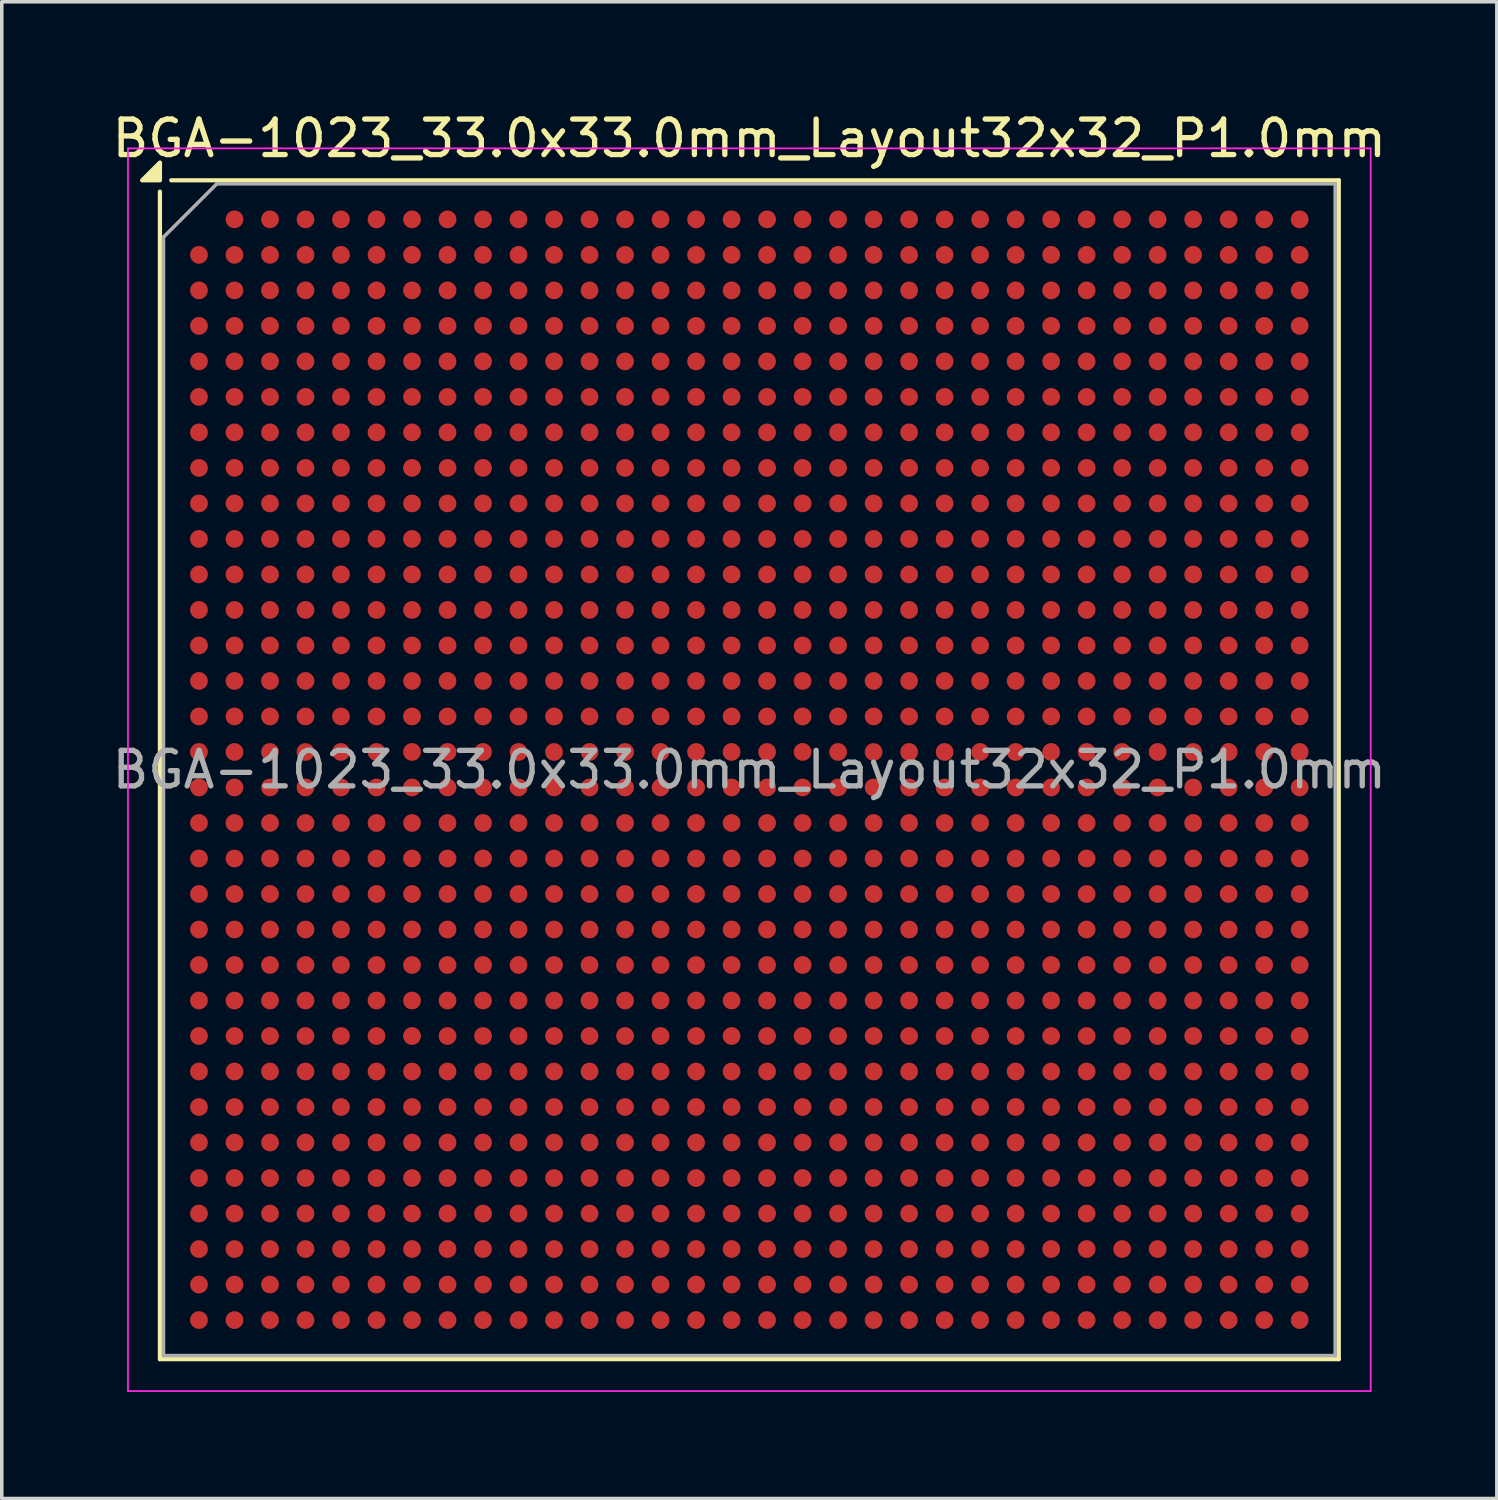
<source format=kicad_pcb>
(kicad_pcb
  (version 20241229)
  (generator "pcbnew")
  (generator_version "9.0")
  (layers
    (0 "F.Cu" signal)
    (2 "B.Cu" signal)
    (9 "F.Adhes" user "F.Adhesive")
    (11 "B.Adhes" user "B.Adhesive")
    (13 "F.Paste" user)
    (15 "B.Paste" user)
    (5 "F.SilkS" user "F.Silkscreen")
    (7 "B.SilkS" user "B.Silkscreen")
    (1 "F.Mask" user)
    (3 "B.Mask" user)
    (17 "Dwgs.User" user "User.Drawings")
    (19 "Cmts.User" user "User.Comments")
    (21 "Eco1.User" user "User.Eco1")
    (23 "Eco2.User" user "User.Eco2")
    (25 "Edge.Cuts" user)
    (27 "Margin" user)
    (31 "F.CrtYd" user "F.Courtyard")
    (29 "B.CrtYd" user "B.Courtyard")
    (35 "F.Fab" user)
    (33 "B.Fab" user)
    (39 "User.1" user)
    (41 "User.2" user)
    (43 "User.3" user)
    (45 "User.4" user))
  (footprint "BGA-1023_33.0x33.0mm_Layout32x32_P1.0mm"
    (layer "F.Cu")
    (at 18.054 18.628)
    (property "Reference" "BGA-1023_33.0x33.0mm_Layout32x32_P1.0mm" (at 0 -17.78 0) (layer "F.SilkS") (effects (font (size 1 1) (thickness 0.15))))
    (attr smd)
    (fp_line (start -16.6 -16.28) (end -16.6 16.6) (stroke (width 0.12) (type solid)) (layer "F.SilkS"))
    (fp_line (start -16.6 16.6) (end 16.6 16.6) (stroke (width 0.12) (type solid)) (layer "F.SilkS"))
    (fp_line (start 16.6 -16.6) (end -16.28 -16.6) (stroke (width 0.12) (type solid)) (layer "F.SilkS"))
    (fp_line (start 16.6 16.6) (end 16.6 -16.6) (stroke (width 0.12) (type solid)) (layer "F.SilkS"))
    (fp_poly (pts (xy -16.6 -16.6) (xy -17.1 -16.6) (xy -16.6 -17.1) (xy -16.6 -16.6)) (stroke (width 0.12) (type solid)) (fill yes) (layer "F.SilkS"))
    (fp_line (start -17.5 -17.5) (end -17.5 17.5) (stroke (width 0.05) (type solid)) (layer "F.CrtYd"))
    (fp_line (start -17.5 -17.5) (end 17.5 -17.5) (stroke (width 0.05) (type solid)) (layer "F.CrtYd"))
    (fp_line (start 17.5 17.5) (end -17.5 17.5) (stroke (width 0.05) (type solid)) (layer "F.CrtYd"))
    (fp_line (start 17.5 17.5) (end 17.5 -17.5) (stroke (width 0.05) (type solid)) (layer "F.CrtYd"))
    (fp_line (start -16.5 -15) (end -15 -16.5) (stroke (width 0.1) (type solid)) (layer "F.Fab"))
    (fp_line (start -16.5 16.5) (end -16.5 -15) (stroke (width 0.1) (type solid)) (layer "F.Fab"))
    (fp_line (start -15 -16.5) (end 16.5 -16.5) (stroke (width 0.1) (type solid)) (layer "F.Fab"))
    (fp_line (start 16.5 -16.5) (end 16.5 16.5) (stroke (width 0.1) (type solid)) (layer "F.Fab"))
    (fp_line (start 16.5 16.5) (end -16.5 16.5) (stroke (width 0.1) (type solid)) (layer "F.Fab"))
    (fp_text user "${REFERENCE}" (at 0 0 0) (layer "F.Fab") (effects (font (size 1 1) (thickness 0.15))))
    (pad "A2" smd circle (at -14.5 -15.5) (size 0.5 0.5) (property pad_prop_bga) (layers "F.Cu" "F.Mask" "F.Paste"))
    (pad "A3" smd circle (at -13.5 -15.5) (size 0.5 0.5) (property pad_prop_bga) (layers "F.Cu" "F.Mask" "F.Paste"))
    (pad "A4" smd circle (at -12.5 -15.5) (size 0.5 0.5) (property pad_prop_bga) (layers "F.Cu" "F.Mask" "F.Paste"))
    (pad "A5" smd circle (at -11.5 -15.5) (size 0.5 0.5) (property pad_prop_bga) (layers "F.Cu" "F.Mask" "F.Paste"))
    (pad "A6" smd circle (at -10.5 -15.5) (size 0.5 0.5) (property pad_prop_bga) (layers "F.Cu" "F.Mask" "F.Paste"))
    (pad "A7" smd circle (at -9.5 -15.5) (size 0.5 0.5) (property pad_prop_bga) (layers "F.Cu" "F.Mask" "F.Paste"))
    (pad "A8" smd circle (at -8.5 -15.5) (size 0.5 0.5) (property pad_prop_bga) (layers "F.Cu" "F.Mask" "F.Paste"))
    (pad "A9" smd circle (at -7.5 -15.5) (size 0.5 0.5) (property pad_prop_bga) (layers "F.Cu" "F.Mask" "F.Paste"))
    (pad "A10" smd circle (at -6.5 -15.5) (size 0.5 0.5) (property pad_prop_bga) (layers "F.Cu" "F.Mask" "F.Paste"))
    (pad "A11" smd circle (at -5.5 -15.5) (size 0.5 0.5) (property pad_prop_bga) (layers "F.Cu" "F.Mask" "F.Paste"))
    (pad "A12" smd circle (at -4.5 -15.5) (size 0.5 0.5) (property pad_prop_bga) (layers "F.Cu" "F.Mask" "F.Paste"))
    (pad "A13" smd circle (at -3.5 -15.5) (size 0.5 0.5) (property pad_prop_bga) (layers "F.Cu" "F.Mask" "F.Paste"))
    (pad "A14" smd circle (at -2.5 -15.5) (size 0.5 0.5) (property pad_prop_bga) (layers "F.Cu" "F.Mask" "F.Paste"))
    (pad "A15" smd circle (at -1.5 -15.5) (size 0.5 0.5) (property pad_prop_bga) (layers "F.Cu" "F.Mask" "F.Paste"))
    (pad "A16" smd circle (at -0.5 -15.5) (size 0.5 0.5) (property pad_prop_bga) (layers "F.Cu" "F.Mask" "F.Paste"))
    (pad "A17" smd circle (at 0.5 -15.5) (size 0.5 0.5) (property pad_prop_bga) (layers "F.Cu" "F.Mask" "F.Paste"))
    (pad "A18" smd circle (at 1.5 -15.5) (size 0.5 0.5) (property pad_prop_bga) (layers "F.Cu" "F.Mask" "F.Paste"))
    (pad "A19" smd circle (at 2.5 -15.5) (size 0.5 0.5) (property pad_prop_bga) (layers "F.Cu" "F.Mask" "F.Paste"))
    (pad "A20" smd circle (at 3.5 -15.5) (size 0.5 0.5) (property pad_prop_bga) (layers "F.Cu" "F.Mask" "F.Paste"))
    (pad "A21" smd circle (at 4.5 -15.5) (size 0.5 0.5) (property pad_prop_bga) (layers "F.Cu" "F.Mask" "F.Paste"))
    (pad "A22" smd circle (at 5.5 -15.5) (size 0.5 0.5) (property pad_prop_bga) (layers "F.Cu" "F.Mask" "F.Paste"))
    (pad "A23" smd circle (at 6.5 -15.5) (size 0.5 0.5) (property pad_prop_bga) (layers "F.Cu" "F.Mask" "F.Paste"))
    (pad "A24" smd circle (at 7.5 -15.5) (size 0.5 0.5) (property pad_prop_bga) (layers "F.Cu" "F.Mask" "F.Paste"))
    (pad "A25" smd circle (at 8.5 -15.5) (size 0.5 0.5) (property pad_prop_bga) (layers "F.Cu" "F.Mask" "F.Paste"))
    (pad "A26" smd circle (at 9.5 -15.5) (size 0.5 0.5) (property pad_prop_bga) (layers "F.Cu" "F.Mask" "F.Paste"))
    (pad "A27" smd circle (at 10.5 -15.5) (size 0.5 0.5) (property pad_prop_bga) (layers "F.Cu" "F.Mask" "F.Paste"))
    (pad "A28" smd circle (at 11.5 -15.5) (size 0.5 0.5) (property pad_prop_bga) (layers "F.Cu" "F.Mask" "F.Paste"))
    (pad "A29" smd circle (at 12.5 -15.5) (size 0.5 0.5) (property pad_prop_bga) (layers "F.Cu" "F.Mask" "F.Paste"))
    (pad "A30" smd circle (at 13.5 -15.5) (size 0.5 0.5) (property pad_prop_bga) (layers "F.Cu" "F.Mask" "F.Paste"))
    (pad "A31" smd circle (at 14.5 -15.5) (size 0.5 0.5) (property pad_prop_bga) (layers "F.Cu" "F.Mask" "F.Paste"))
    (pad "A32" smd circle (at 15.5 -15.5) (size 0.5 0.5) (property pad_prop_bga) (layers "F.Cu" "F.Mask" "F.Paste"))
    (pad "AA1" smd circle (at -15.5 4.5) (size 0.5 0.5) (property pad_prop_bga) (layers "F.Cu" "F.Mask" "F.Paste"))
    (pad "AA2" smd circle (at -14.5 4.5) (size 0.5 0.5) (property pad_prop_bga) (layers "F.Cu" "F.Mask" "F.Paste"))
    (pad "AA3" smd circle (at -13.5 4.5) (size 0.5 0.5) (property pad_prop_bga) (layers "F.Cu" "F.Mask" "F.Paste"))
    (pad "AA4" smd circle (at -12.5 4.5) (size 0.5 0.5) (property pad_prop_bga) (layers "F.Cu" "F.Mask" "F.Paste"))
    (pad "AA5" smd circle (at -11.5 4.5) (size 0.5 0.5) (property pad_prop_bga) (layers "F.Cu" "F.Mask" "F.Paste"))
    (pad "AA6" smd circle (at -10.5 4.5) (size 0.5 0.5) (property pad_prop_bga) (layers "F.Cu" "F.Mask" "F.Paste"))
    (pad "AA7" smd circle (at -9.5 4.5) (size 0.5 0.5) (property pad_prop_bga) (layers "F.Cu" "F.Mask" "F.Paste"))
    (pad "AA8" smd circle (at -8.5 4.5) (size 0.5 0.5) (property pad_prop_bga) (layers "F.Cu" "F.Mask" "F.Paste"))
    (pad "AA9" smd circle (at -7.5 4.5) (size 0.5 0.5) (property pad_prop_bga) (layers "F.Cu" "F.Mask" "F.Paste"))
    (pad "AA10" smd circle (at -6.5 4.5) (size 0.5 0.5) (property pad_prop_bga) (layers "F.Cu" "F.Mask" "F.Paste"))
    (pad "AA11" smd circle (at -5.5 4.5) (size 0.5 0.5) (property pad_prop_bga) (layers "F.Cu" "F.Mask" "F.Paste"))
    (pad "AA12" smd circle (at -4.5 4.5) (size 0.5 0.5) (property pad_prop_bga) (layers "F.Cu" "F.Mask" "F.Paste"))
    (pad "AA13" smd circle (at -3.5 4.5) (size 0.5 0.5) (property pad_prop_bga) (layers "F.Cu" "F.Mask" "F.Paste"))
    (pad "AA14" smd circle (at -2.5 4.5) (size 0.5 0.5) (property pad_prop_bga) (layers "F.Cu" "F.Mask" "F.Paste"))
    (pad "AA15" smd circle (at -1.5 4.5) (size 0.5 0.5) (property pad_prop_bga) (layers "F.Cu" "F.Mask" "F.Paste"))
    (pad "AA16" smd circle (at -0.5 4.5) (size 0.5 0.5) (property pad_prop_bga) (layers "F.Cu" "F.Mask" "F.Paste"))
    (pad "AA17" smd circle (at 0.5 4.5) (size 0.5 0.5) (property pad_prop_bga) (layers "F.Cu" "F.Mask" "F.Paste"))
    (pad "AA18" smd circle (at 1.5 4.5) (size 0.5 0.5) (property pad_prop_bga) (layers "F.Cu" "F.Mask" "F.Paste"))
    (pad "AA19" smd circle (at 2.5 4.5) (size 0.5 0.5) (property pad_prop_bga) (layers "F.Cu" "F.Mask" "F.Paste"))
    (pad "AA20" smd circle (at 3.5 4.5) (size 0.5 0.5) (property pad_prop_bga) (layers "F.Cu" "F.Mask" "F.Paste"))
    (pad "AA21" smd circle (at 4.5 4.5) (size 0.5 0.5) (property pad_prop_bga) (layers "F.Cu" "F.Mask" "F.Paste"))
    (pad "AA22" smd circle (at 5.5 4.5) (size 0.5 0.5) (property pad_prop_bga) (layers "F.Cu" "F.Mask" "F.Paste"))
    (pad "AA23" smd circle (at 6.5 4.5) (size 0.5 0.5) (property pad_prop_bga) (layers "F.Cu" "F.Mask" "F.Paste"))
    (pad "AA24" smd circle (at 7.5 4.5) (size 0.5 0.5) (property pad_prop_bga) (layers "F.Cu" "F.Mask" "F.Paste"))
    (pad "AA25" smd circle (at 8.5 4.5) (size 0.5 0.5) (property pad_prop_bga) (layers "F.Cu" "F.Mask" "F.Paste"))
    (pad "AA26" smd circle (at 9.5 4.5) (size 0.5 0.5) (property pad_prop_bga) (layers "F.Cu" "F.Mask" "F.Paste"))
    (pad "AA27" smd circle (at 10.5 4.5) (size 0.5 0.5) (property pad_prop_bga) (layers "F.Cu" "F.Mask" "F.Paste"))
    (pad "AA28" smd circle (at 11.5 4.5) (size 0.5 0.5) (property pad_prop_bga) (layers "F.Cu" "F.Mask" "F.Paste"))
    (pad "AA29" smd circle (at 12.5 4.5) (size 0.5 0.5) (property pad_prop_bga) (layers "F.Cu" "F.Mask" "F.Paste"))
    (pad "AA30" smd circle (at 13.5 4.5) (size 0.5 0.5) (property pad_prop_bga) (layers "F.Cu" "F.Mask" "F.Paste"))
    (pad "AA31" smd circle (at 14.5 4.5) (size 0.5 0.5) (property pad_prop_bga) (layers "F.Cu" "F.Mask" "F.Paste"))
    (pad "AA32" smd circle (at 15.5 4.5) (size 0.5 0.5) (property pad_prop_bga) (layers "F.Cu" "F.Mask" "F.Paste"))
    (pad "AB1" smd circle (at -15.5 5.5) (size 0.5 0.5) (property pad_prop_bga) (layers "F.Cu" "F.Mask" "F.Paste"))
    (pad "AB2" smd circle (at -14.5 5.5) (size 0.5 0.5) (property pad_prop_bga) (layers "F.Cu" "F.Mask" "F.Paste"))
    (pad "AB3" smd circle (at -13.5 5.5) (size 0.5 0.5) (property pad_prop_bga) (layers "F.Cu" "F.Mask" "F.Paste"))
    (pad "AB4" smd circle (at -12.5 5.5) (size 0.5 0.5) (property pad_prop_bga) (layers "F.Cu" "F.Mask" "F.Paste"))
    (pad "AB5" smd circle (at -11.5 5.5) (size 0.5 0.5) (property pad_prop_bga) (layers "F.Cu" "F.Mask" "F.Paste"))
    (pad "AB6" smd circle (at -10.5 5.5) (size 0.5 0.5) (property pad_prop_bga) (layers "F.Cu" "F.Mask" "F.Paste"))
    (pad "AB7" smd circle (at -9.5 5.5) (size 0.5 0.5) (property pad_prop_bga) (layers "F.Cu" "F.Mask" "F.Paste"))
    (pad "AB8" smd circle (at -8.5 5.5) (size 0.5 0.5) (property pad_prop_bga) (layers "F.Cu" "F.Mask" "F.Paste"))
    (pad "AB9" smd circle (at -7.5 5.5) (size 0.5 0.5) (property pad_prop_bga) (layers "F.Cu" "F.Mask" "F.Paste"))
    (pad "AB10" smd circle (at -6.5 5.5) (size 0.5 0.5) (property pad_prop_bga) (layers "F.Cu" "F.Mask" "F.Paste"))
    (pad "AB11" smd circle (at -5.5 5.5) (size 0.5 0.5) (property pad_prop_bga) (layers "F.Cu" "F.Mask" "F.Paste"))
    (pad "AB12" smd circle (at -4.5 5.5) (size 0.5 0.5) (property pad_prop_bga) (layers "F.Cu" "F.Mask" "F.Paste"))
    (pad "AB13" smd circle (at -3.5 5.5) (size 0.5 0.5) (property pad_prop_bga) (layers "F.Cu" "F.Mask" "F.Paste"))
    (pad "AB14" smd circle (at -2.5 5.5) (size 0.5 0.5) (property pad_prop_bga) (layers "F.Cu" "F.Mask" "F.Paste"))
    (pad "AB15" smd circle (at -1.5 5.5) (size 0.5 0.5) (property pad_prop_bga) (layers "F.Cu" "F.Mask" "F.Paste"))
    (pad "AB16" smd circle (at -0.5 5.5) (size 0.5 0.5) (property pad_prop_bga) (layers "F.Cu" "F.Mask" "F.Paste"))
    (pad "AB17" smd circle (at 0.5 5.5) (size 0.5 0.5) (property pad_prop_bga) (layers "F.Cu" "F.Mask" "F.Paste"))
    (pad "AB18" smd circle (at 1.5 5.5) (size 0.5 0.5) (property pad_prop_bga) (layers "F.Cu" "F.Mask" "F.Paste"))
    (pad "AB19" smd circle (at 2.5 5.5) (size 0.5 0.5) (property pad_prop_bga) (layers "F.Cu" "F.Mask" "F.Paste"))
    (pad "AB20" smd circle (at 3.5 5.5) (size 0.5 0.5) (property pad_prop_bga) (layers "F.Cu" "F.Mask" "F.Paste"))
    (pad "AB21" smd circle (at 4.5 5.5) (size 0.5 0.5) (property pad_prop_bga) (layers "F.Cu" "F.Mask" "F.Paste"))
    (pad "AB22" smd circle (at 5.5 5.5) (size 0.5 0.5) (property pad_prop_bga) (layers "F.Cu" "F.Mask" "F.Paste"))
    (pad "AB23" smd circle (at 6.5 5.5) (size 0.5 0.5) (property pad_prop_bga) (layers "F.Cu" "F.Mask" "F.Paste"))
    (pad "AB24" smd circle (at 7.5 5.5) (size 0.5 0.5) (property pad_prop_bga) (layers "F.Cu" "F.Mask" "F.Paste"))
    (pad "AB25" smd circle (at 8.5 5.5) (size 0.5 0.5) (property pad_prop_bga) (layers "F.Cu" "F.Mask" "F.Paste"))
    (pad "AB26" smd circle (at 9.5 5.5) (size 0.5 0.5) (property pad_prop_bga) (layers "F.Cu" "F.Mask" "F.Paste"))
    (pad "AB27" smd circle (at 10.5 5.5) (size 0.5 0.5) (property pad_prop_bga) (layers "F.Cu" "F.Mask" "F.Paste"))
    (pad "AB28" smd circle (at 11.5 5.5) (size 0.5 0.5) (property pad_prop_bga) (layers "F.Cu" "F.Mask" "F.Paste"))
    (pad "AB29" smd circle (at 12.5 5.5) (size 0.5 0.5) (property pad_prop_bga) (layers "F.Cu" "F.Mask" "F.Paste"))
    (pad "AB30" smd circle (at 13.5 5.5) (size 0.5 0.5) (property pad_prop_bga) (layers "F.Cu" "F.Mask" "F.Paste"))
    (pad "AB31" smd circle (at 14.5 5.5) (size 0.5 0.5) (property pad_prop_bga) (layers "F.Cu" "F.Mask" "F.Paste"))
    (pad "AB32" smd circle (at 15.5 5.5) (size 0.5 0.5) (property pad_prop_bga) (layers "F.Cu" "F.Mask" "F.Paste"))
    (pad "AC1" smd circle (at -15.5 6.5) (size 0.5 0.5) (property pad_prop_bga) (layers "F.Cu" "F.Mask" "F.Paste"))
    (pad "AC2" smd circle (at -14.5 6.5) (size 0.5 0.5) (property pad_prop_bga) (layers "F.Cu" "F.Mask" "F.Paste"))
    (pad "AC3" smd circle (at -13.5 6.5) (size 0.5 0.5) (property pad_prop_bga) (layers "F.Cu" "F.Mask" "F.Paste"))
    (pad "AC4" smd circle (at -12.5 6.5) (size 0.5 0.5) (property pad_prop_bga) (layers "F.Cu" "F.Mask" "F.Paste"))
    (pad "AC5" smd circle (at -11.5 6.5) (size 0.5 0.5) (property pad_prop_bga) (layers "F.Cu" "F.Mask" "F.Paste"))
    (pad "AC6" smd circle (at -10.5 6.5) (size 0.5 0.5) (property pad_prop_bga) (layers "F.Cu" "F.Mask" "F.Paste"))
    (pad "AC7" smd circle (at -9.5 6.5) (size 0.5 0.5) (property pad_prop_bga) (layers "F.Cu" "F.Mask" "F.Paste"))
    (pad "AC8" smd circle (at -8.5 6.5) (size 0.5 0.5) (property pad_prop_bga) (layers "F.Cu" "F.Mask" "F.Paste"))
    (pad "AC9" smd circle (at -7.5 6.5) (size 0.5 0.5) (property pad_prop_bga) (layers "F.Cu" "F.Mask" "F.Paste"))
    (pad "AC10" smd circle (at -6.5 6.5) (size 0.5 0.5) (property pad_prop_bga) (layers "F.Cu" "F.Mask" "F.Paste"))
    (pad "AC11" smd circle (at -5.5 6.5) (size 0.5 0.5) (property pad_prop_bga) (layers "F.Cu" "F.Mask" "F.Paste"))
    (pad "AC12" smd circle (at -4.5 6.5) (size 0.5 0.5) (property pad_prop_bga) (layers "F.Cu" "F.Mask" "F.Paste"))
    (pad "AC13" smd circle (at -3.5 6.5) (size 0.5 0.5) (property pad_prop_bga) (layers "F.Cu" "F.Mask" "F.Paste"))
    (pad "AC14" smd circle (at -2.5 6.5) (size 0.5 0.5) (property pad_prop_bga) (layers "F.Cu" "F.Mask" "F.Paste"))
    (pad "AC15" smd circle (at -1.5 6.5) (size 0.5 0.5) (property pad_prop_bga) (layers "F.Cu" "F.Mask" "F.Paste"))
    (pad "AC16" smd circle (at -0.5 6.5) (size 0.5 0.5) (property pad_prop_bga) (layers "F.Cu" "F.Mask" "F.Paste"))
    (pad "AC17" smd circle (at 0.5 6.5) (size 0.5 0.5) (property pad_prop_bga) (layers "F.Cu" "F.Mask" "F.Paste"))
    (pad "AC18" smd circle (at 1.5 6.5) (size 0.5 0.5) (property pad_prop_bga) (layers "F.Cu" "F.Mask" "F.Paste"))
    (pad "AC19" smd circle (at 2.5 6.5) (size 0.5 0.5) (property pad_prop_bga) (layers "F.Cu" "F.Mask" "F.Paste"))
    (pad "AC20" smd circle (at 3.5 6.5) (size 0.5 0.5) (property pad_prop_bga) (layers "F.Cu" "F.Mask" "F.Paste"))
    (pad "AC21" smd circle (at 4.5 6.5) (size 0.5 0.5) (property pad_prop_bga) (layers "F.Cu" "F.Mask" "F.Paste"))
    (pad "AC22" smd circle (at 5.5 6.5) (size 0.5 0.5) (property pad_prop_bga) (layers "F.Cu" "F.Mask" "F.Paste"))
    (pad "AC23" smd circle (at 6.5 6.5) (size 0.5 0.5) (property pad_prop_bga) (layers "F.Cu" "F.Mask" "F.Paste"))
    (pad "AC24" smd circle (at 7.5 6.5) (size 0.5 0.5) (property pad_prop_bga) (layers "F.Cu" "F.Mask" "F.Paste"))
    (pad "AC25" smd circle (at 8.5 6.5) (size 0.5 0.5) (property pad_prop_bga) (layers "F.Cu" "F.Mask" "F.Paste"))
    (pad "AC26" smd circle (at 9.5 6.5) (size 0.5 0.5) (property pad_prop_bga) (layers "F.Cu" "F.Mask" "F.Paste"))
    (pad "AC27" smd circle (at 10.5 6.5) (size 0.5 0.5) (property pad_prop_bga) (layers "F.Cu" "F.Mask" "F.Paste"))
    (pad "AC28" smd circle (at 11.5 6.5) (size 0.5 0.5) (property pad_prop_bga) (layers "F.Cu" "F.Mask" "F.Paste"))
    (pad "AC29" smd circle (at 12.5 6.5) (size 0.5 0.5) (property pad_prop_bga) (layers "F.Cu" "F.Mask" "F.Paste"))
    (pad "AC30" smd circle (at 13.5 6.5) (size 0.5 0.5) (property pad_prop_bga) (layers "F.Cu" "F.Mask" "F.Paste"))
    (pad "AC31" smd circle (at 14.5 6.5) (size 0.5 0.5) (property pad_prop_bga) (layers "F.Cu" "F.Mask" "F.Paste"))
    (pad "AC32" smd circle (at 15.5 6.5) (size 0.5 0.5) (property pad_prop_bga) (layers "F.Cu" "F.Mask" "F.Paste"))
    (pad "AD1" smd circle (at -15.5 7.5) (size 0.5 0.5) (property pad_prop_bga) (layers "F.Cu" "F.Mask" "F.Paste"))
    (pad "AD2" smd circle (at -14.5 7.5) (size 0.5 0.5) (property pad_prop_bga) (layers "F.Cu" "F.Mask" "F.Paste"))
    (pad "AD3" smd circle (at -13.5 7.5) (size 0.5 0.5) (property pad_prop_bga) (layers "F.Cu" "F.Mask" "F.Paste"))
    (pad "AD4" smd circle (at -12.5 7.5) (size 0.5 0.5) (property pad_prop_bga) (layers "F.Cu" "F.Mask" "F.Paste"))
    (pad "AD5" smd circle (at -11.5 7.5) (size 0.5 0.5) (property pad_prop_bga) (layers "F.Cu" "F.Mask" "F.Paste"))
    (pad "AD6" smd circle (at -10.5 7.5) (size 0.5 0.5) (property pad_prop_bga) (layers "F.Cu" "F.Mask" "F.Paste"))
    (pad "AD7" smd circle (at -9.5 7.5) (size 0.5 0.5) (property pad_prop_bga) (layers "F.Cu" "F.Mask" "F.Paste"))
    (pad "AD8" smd circle (at -8.5 7.5) (size 0.5 0.5) (property pad_prop_bga) (layers "F.Cu" "F.Mask" "F.Paste"))
    (pad "AD9" smd circle (at -7.5 7.5) (size 0.5 0.5) (property pad_prop_bga) (layers "F.Cu" "F.Mask" "F.Paste"))
    (pad "AD10" smd circle (at -6.5 7.5) (size 0.5 0.5) (property pad_prop_bga) (layers "F.Cu" "F.Mask" "F.Paste"))
    (pad "AD11" smd circle (at -5.5 7.5) (size 0.5 0.5) (property pad_prop_bga) (layers "F.Cu" "F.Mask" "F.Paste"))
    (pad "AD12" smd circle (at -4.5 7.5) (size 0.5 0.5) (property pad_prop_bga) (layers "F.Cu" "F.Mask" "F.Paste"))
    (pad "AD13" smd circle (at -3.5 7.5) (size 0.5 0.5) (property pad_prop_bga) (layers "F.Cu" "F.Mask" "F.Paste"))
    (pad "AD14" smd circle (at -2.5 7.5) (size 0.5 0.5) (property pad_prop_bga) (layers "F.Cu" "F.Mask" "F.Paste"))
    (pad "AD15" smd circle (at -1.5 7.5) (size 0.5 0.5) (property pad_prop_bga) (layers "F.Cu" "F.Mask" "F.Paste"))
    (pad "AD16" smd circle (at -0.5 7.5) (size 0.5 0.5) (property pad_prop_bga) (layers "F.Cu" "F.Mask" "F.Paste"))
    (pad "AD17" smd circle (at 0.5 7.5) (size 0.5 0.5) (property pad_prop_bga) (layers "F.Cu" "F.Mask" "F.Paste"))
    (pad "AD18" smd circle (at 1.5 7.5) (size 0.5 0.5) (property pad_prop_bga) (layers "F.Cu" "F.Mask" "F.Paste"))
    (pad "AD19" smd circle (at 2.5 7.5) (size 0.5 0.5) (property pad_prop_bga) (layers "F.Cu" "F.Mask" "F.Paste"))
    (pad "AD20" smd circle (at 3.5 7.5) (size 0.5 0.5) (property pad_prop_bga) (layers "F.Cu" "F.Mask" "F.Paste"))
    (pad "AD21" smd circle (at 4.5 7.5) (size 0.5 0.5) (property pad_prop_bga) (layers "F.Cu" "F.Mask" "F.Paste"))
    (pad "AD22" smd circle (at 5.5 7.5) (size 0.5 0.5) (property pad_prop_bga) (layers "F.Cu" "F.Mask" "F.Paste"))
    (pad "AD23" smd circle (at 6.5 7.5) (size 0.5 0.5) (property pad_prop_bga) (layers "F.Cu" "F.Mask" "F.Paste"))
    (pad "AD24" smd circle (at 7.5 7.5) (size 0.5 0.5) (property pad_prop_bga) (layers "F.Cu" "F.Mask" "F.Paste"))
    (pad "AD25" smd circle (at 8.5 7.5) (size 0.5 0.5) (property pad_prop_bga) (layers "F.Cu" "F.Mask" "F.Paste"))
    (pad "AD26" smd circle (at 9.5 7.5) (size 0.5 0.5) (property pad_prop_bga) (layers "F.Cu" "F.Mask" "F.Paste"))
    (pad "AD27" smd circle (at 10.5 7.5) (size 0.5 0.5) (property pad_prop_bga) (layers "F.Cu" "F.Mask" "F.Paste"))
    (pad "AD28" smd circle (at 11.5 7.5) (size 0.5 0.5) (property pad_prop_bga) (layers "F.Cu" "F.Mask" "F.Paste"))
    (pad "AD29" smd circle (at 12.5 7.5) (size 0.5 0.5) (property pad_prop_bga) (layers "F.Cu" "F.Mask" "F.Paste"))
    (pad "AD30" smd circle (at 13.5 7.5) (size 0.5 0.5) (property pad_prop_bga) (layers "F.Cu" "F.Mask" "F.Paste"))
    (pad "AD31" smd circle (at 14.5 7.5) (size 0.5 0.5) (property pad_prop_bga) (layers "F.Cu" "F.Mask" "F.Paste"))
    (pad "AD32" smd circle (at 15.5 7.5) (size 0.5 0.5) (property pad_prop_bga) (layers "F.Cu" "F.Mask" "F.Paste"))
    (pad "AE1" smd circle (at -15.5 8.5) (size 0.5 0.5) (property pad_prop_bga) (layers "F.Cu" "F.Mask" "F.Paste"))
    (pad "AE2" smd circle (at -14.5 8.5) (size 0.5 0.5) (property pad_prop_bga) (layers "F.Cu" "F.Mask" "F.Paste"))
    (pad "AE3" smd circle (at -13.5 8.5) (size 0.5 0.5) (property pad_prop_bga) (layers "F.Cu" "F.Mask" "F.Paste"))
    (pad "AE4" smd circle (at -12.5 8.5) (size 0.5 0.5) (property pad_prop_bga) (layers "F.Cu" "F.Mask" "F.Paste"))
    (pad "AE5" smd circle (at -11.5 8.5) (size 0.5 0.5) (property pad_prop_bga) (layers "F.Cu" "F.Mask" "F.Paste"))
    (pad "AE6" smd circle (at -10.5 8.5) (size 0.5 0.5) (property pad_prop_bga) (layers "F.Cu" "F.Mask" "F.Paste"))
    (pad "AE7" smd circle (at -9.5 8.5) (size 0.5 0.5) (property pad_prop_bga) (layers "F.Cu" "F.Mask" "F.Paste"))
    (pad "AE8" smd circle (at -8.5 8.5) (size 0.5 0.5) (property pad_prop_bga) (layers "F.Cu" "F.Mask" "F.Paste"))
    (pad "AE9" smd circle (at -7.5 8.5) (size 0.5 0.5) (property pad_prop_bga) (layers "F.Cu" "F.Mask" "F.Paste"))
    (pad "AE10" smd circle (at -6.5 8.5) (size 0.5 0.5) (property pad_prop_bga) (layers "F.Cu" "F.Mask" "F.Paste"))
    (pad "AE11" smd circle (at -5.5 8.5) (size 0.5 0.5) (property pad_prop_bga) (layers "F.Cu" "F.Mask" "F.Paste"))
    (pad "AE12" smd circle (at -4.5 8.5) (size 0.5 0.5) (property pad_prop_bga) (layers "F.Cu" "F.Mask" "F.Paste"))
    (pad "AE13" smd circle (at -3.5 8.5) (size 0.5 0.5) (property pad_prop_bga) (layers "F.Cu" "F.Mask" "F.Paste"))
    (pad "AE14" smd circle (at -2.5 8.5) (size 0.5 0.5) (property pad_prop_bga) (layers "F.Cu" "F.Mask" "F.Paste"))
    (pad "AE15" smd circle (at -1.5 8.5) (size 0.5 0.5) (property pad_prop_bga) (layers "F.Cu" "F.Mask" "F.Paste"))
    (pad "AE16" smd circle (at -0.5 8.5) (size 0.5 0.5) (property pad_prop_bga) (layers "F.Cu" "F.Mask" "F.Paste"))
    (pad "AE17" smd circle (at 0.5 8.5) (size 0.5 0.5) (property pad_prop_bga) (layers "F.Cu" "F.Mask" "F.Paste"))
    (pad "AE18" smd circle (at 1.5 8.5) (size 0.5 0.5) (property pad_prop_bga) (layers "F.Cu" "F.Mask" "F.Paste"))
    (pad "AE19" smd circle (at 2.5 8.5) (size 0.5 0.5) (property pad_prop_bga) (layers "F.Cu" "F.Mask" "F.Paste"))
    (pad "AE20" smd circle (at 3.5 8.5) (size 0.5 0.5) (property pad_prop_bga) (layers "F.Cu" "F.Mask" "F.Paste"))
    (pad "AE21" smd circle (at 4.5 8.5) (size 0.5 0.5) (property pad_prop_bga) (layers "F.Cu" "F.Mask" "F.Paste"))
    (pad "AE22" smd circle (at 5.5 8.5) (size 0.5 0.5) (property pad_prop_bga) (layers "F.Cu" "F.Mask" "F.Paste"))
    (pad "AE23" smd circle (at 6.5 8.5) (size 0.5 0.5) (property pad_prop_bga) (layers "F.Cu" "F.Mask" "F.Paste"))
    (pad "AE24" smd circle (at 7.5 8.5) (size 0.5 0.5) (property pad_prop_bga) (layers "F.Cu" "F.Mask" "F.Paste"))
    (pad "AE25" smd circle (at 8.5 8.5) (size 0.5 0.5) (property pad_prop_bga) (layers "F.Cu" "F.Mask" "F.Paste"))
    (pad "AE26" smd circle (at 9.5 8.5) (size 0.5 0.5) (property pad_prop_bga) (layers "F.Cu" "F.Mask" "F.Paste"))
    (pad "AE27" smd circle (at 10.5 8.5) (size 0.5 0.5) (property pad_prop_bga) (layers "F.Cu" "F.Mask" "F.Paste"))
    (pad "AE28" smd circle (at 11.5 8.5) (size 0.5 0.5) (property pad_prop_bga) (layers "F.Cu" "F.Mask" "F.Paste"))
    (pad "AE29" smd circle (at 12.5 8.5) (size 0.5 0.5) (property pad_prop_bga) (layers "F.Cu" "F.Mask" "F.Paste"))
    (pad "AE30" smd circle (at 13.5 8.5) (size 0.5 0.5) (property pad_prop_bga) (layers "F.Cu" "F.Mask" "F.Paste"))
    (pad "AE31" smd circle (at 14.5 8.5) (size 0.5 0.5) (property pad_prop_bga) (layers "F.Cu" "F.Mask" "F.Paste"))
    (pad "AE32" smd circle (at 15.5 8.5) (size 0.5 0.5) (property pad_prop_bga) (layers "F.Cu" "F.Mask" "F.Paste"))
    (pad "AF1" smd circle (at -15.5 9.5) (size 0.5 0.5) (property pad_prop_bga) (layers "F.Cu" "F.Mask" "F.Paste"))
    (pad "AF2" smd circle (at -14.5 9.5) (size 0.5 0.5) (property pad_prop_bga) (layers "F.Cu" "F.Mask" "F.Paste"))
    (pad "AF3" smd circle (at -13.5 9.5) (size 0.5 0.5) (property pad_prop_bga) (layers "F.Cu" "F.Mask" "F.Paste"))
    (pad "AF4" smd circle (at -12.5 9.5) (size 0.5 0.5) (property pad_prop_bga) (layers "F.Cu" "F.Mask" "F.Paste"))
    (pad "AF5" smd circle (at -11.5 9.5) (size 0.5 0.5) (property pad_prop_bga) (layers "F.Cu" "F.Mask" "F.Paste"))
    (pad "AF6" smd circle (at -10.5 9.5) (size 0.5 0.5) (property pad_prop_bga) (layers "F.Cu" "F.Mask" "F.Paste"))
    (pad "AF7" smd circle (at -9.5 9.5) (size 0.5 0.5) (property pad_prop_bga) (layers "F.Cu" "F.Mask" "F.Paste"))
    (pad "AF8" smd circle (at -8.5 9.5) (size 0.5 0.5) (property pad_prop_bga) (layers "F.Cu" "F.Mask" "F.Paste"))
    (pad "AF9" smd circle (at -7.5 9.5) (size 0.5 0.5) (property pad_prop_bga) (layers "F.Cu" "F.Mask" "F.Paste"))
    (pad "AF10" smd circle (at -6.5 9.5) (size 0.5 0.5) (property pad_prop_bga) (layers "F.Cu" "F.Mask" "F.Paste"))
    (pad "AF11" smd circle (at -5.5 9.5) (size 0.5 0.5) (property pad_prop_bga) (layers "F.Cu" "F.Mask" "F.Paste"))
    (pad "AF12" smd circle (at -4.5 9.5) (size 0.5 0.5) (property pad_prop_bga) (layers "F.Cu" "F.Mask" "F.Paste"))
    (pad "AF13" smd circle (at -3.5 9.5) (size 0.5 0.5) (property pad_prop_bga) (layers "F.Cu" "F.Mask" "F.Paste"))
    (pad "AF14" smd circle (at -2.5 9.5) (size 0.5 0.5) (property pad_prop_bga) (layers "F.Cu" "F.Mask" "F.Paste"))
    (pad "AF15" smd circle (at -1.5 9.5) (size 0.5 0.5) (property pad_prop_bga) (layers "F.Cu" "F.Mask" "F.Paste"))
    (pad "AF16" smd circle (at -0.5 9.5) (size 0.5 0.5) (property pad_prop_bga) (layers "F.Cu" "F.Mask" "F.Paste"))
    (pad "AF17" smd circle (at 0.5 9.5) (size 0.5 0.5) (property pad_prop_bga) (layers "F.Cu" "F.Mask" "F.Paste"))
    (pad "AF18" smd circle (at 1.5 9.5) (size 0.5 0.5) (property pad_prop_bga) (layers "F.Cu" "F.Mask" "F.Paste"))
    (pad "AF19" smd circle (at 2.5 9.5) (size 0.5 0.5) (property pad_prop_bga) (layers "F.Cu" "F.Mask" "F.Paste"))
    (pad "AF20" smd circle (at 3.5 9.5) (size 0.5 0.5) (property pad_prop_bga) (layers "F.Cu" "F.Mask" "F.Paste"))
    (pad "AF21" smd circle (at 4.5 9.5) (size 0.5 0.5) (property pad_prop_bga) (layers "F.Cu" "F.Mask" "F.Paste"))
    (pad "AF22" smd circle (at 5.5 9.5) (size 0.5 0.5) (property pad_prop_bga) (layers "F.Cu" "F.Mask" "F.Paste"))
    (pad "AF23" smd circle (at 6.5 9.5) (size 0.5 0.5) (property pad_prop_bga) (layers "F.Cu" "F.Mask" "F.Paste"))
    (pad "AF24" smd circle (at 7.5 9.5) (size 0.5 0.5) (property pad_prop_bga) (layers "F.Cu" "F.Mask" "F.Paste"))
    (pad "AF25" smd circle (at 8.5 9.5) (size 0.5 0.5) (property pad_prop_bga) (layers "F.Cu" "F.Mask" "F.Paste"))
    (pad "AF26" smd circle (at 9.5 9.5) (size 0.5 0.5) (property pad_prop_bga) (layers "F.Cu" "F.Mask" "F.Paste"))
    (pad "AF27" smd circle (at 10.5 9.5) (size 0.5 0.5) (property pad_prop_bga) (layers "F.Cu" "F.Mask" "F.Paste"))
    (pad "AF28" smd circle (at 11.5 9.5) (size 0.5 0.5) (property pad_prop_bga) (layers "F.Cu" "F.Mask" "F.Paste"))
    (pad "AF29" smd circle (at 12.5 9.5) (size 0.5 0.5) (property pad_prop_bga) (layers "F.Cu" "F.Mask" "F.Paste"))
    (pad "AF30" smd circle (at 13.5 9.5) (size 0.5 0.5) (property pad_prop_bga) (layers "F.Cu" "F.Mask" "F.Paste"))
    (pad "AF31" smd circle (at 14.5 9.5) (size 0.5 0.5) (property pad_prop_bga) (layers "F.Cu" "F.Mask" "F.Paste"))
    (pad "AF32" smd circle (at 15.5 9.5) (size 0.5 0.5) (property pad_prop_bga) (layers "F.Cu" "F.Mask" "F.Paste"))
    (pad "AG1" smd circle (at -15.5 10.5) (size 0.5 0.5) (property pad_prop_bga) (layers "F.Cu" "F.Mask" "F.Paste"))
    (pad "AG2" smd circle (at -14.5 10.5) (size 0.5 0.5) (property pad_prop_bga) (layers "F.Cu" "F.Mask" "F.Paste"))
    (pad "AG3" smd circle (at -13.5 10.5) (size 0.5 0.5) (property pad_prop_bga) (layers "F.Cu" "F.Mask" "F.Paste"))
    (pad "AG4" smd circle (at -12.5 10.5) (size 0.5 0.5) (property pad_prop_bga) (layers "F.Cu" "F.Mask" "F.Paste"))
    (pad "AG5" smd circle (at -11.5 10.5) (size 0.5 0.5) (property pad_prop_bga) (layers "F.Cu" "F.Mask" "F.Paste"))
    (pad "AG6" smd circle (at -10.5 10.5) (size 0.5 0.5) (property pad_prop_bga) (layers "F.Cu" "F.Mask" "F.Paste"))
    (pad "AG7" smd circle (at -9.5 10.5) (size 0.5 0.5) (property pad_prop_bga) (layers "F.Cu" "F.Mask" "F.Paste"))
    (pad "AG8" smd circle (at -8.5 10.5) (size 0.5 0.5) (property pad_prop_bga) (layers "F.Cu" "F.Mask" "F.Paste"))
    (pad "AG9" smd circle (at -7.5 10.5) (size 0.5 0.5) (property pad_prop_bga) (layers "F.Cu" "F.Mask" "F.Paste"))
    (pad "AG10" smd circle (at -6.5 10.5) (size 0.5 0.5) (property pad_prop_bga) (layers "F.Cu" "F.Mask" "F.Paste"))
    (pad "AG11" smd circle (at -5.5 10.5) (size 0.5 0.5) (property pad_prop_bga) (layers "F.Cu" "F.Mask" "F.Paste"))
    (pad "AG12" smd circle (at -4.5 10.5) (size 0.5 0.5) (property pad_prop_bga) (layers "F.Cu" "F.Mask" "F.Paste"))
    (pad "AG13" smd circle (at -3.5 10.5) (size 0.5 0.5) (property pad_prop_bga) (layers "F.Cu" "F.Mask" "F.Paste"))
    (pad "AG14" smd circle (at -2.5 10.5) (size 0.5 0.5) (property pad_prop_bga) (layers "F.Cu" "F.Mask" "F.Paste"))
    (pad "AG15" smd circle (at -1.5 10.5) (size 0.5 0.5) (property pad_prop_bga) (layers "F.Cu" "F.Mask" "F.Paste"))
    (pad "AG16" smd circle (at -0.5 10.5) (size 0.5 0.5) (property pad_prop_bga) (layers "F.Cu" "F.Mask" "F.Paste"))
    (pad "AG17" smd circle (at 0.5 10.5) (size 0.5 0.5) (property pad_prop_bga) (layers "F.Cu" "F.Mask" "F.Paste"))
    (pad "AG18" smd circle (at 1.5 10.5) (size 0.5 0.5) (property pad_prop_bga) (layers "F.Cu" "F.Mask" "F.Paste"))
    (pad "AG19" smd circle (at 2.5 10.5) (size 0.5 0.5) (property pad_prop_bga) (layers "F.Cu" "F.Mask" "F.Paste"))
    (pad "AG20" smd circle (at 3.5 10.5) (size 0.5 0.5) (property pad_prop_bga) (layers "F.Cu" "F.Mask" "F.Paste"))
    (pad "AG21" smd circle (at 4.5 10.5) (size 0.5 0.5) (property pad_prop_bga) (layers "F.Cu" "F.Mask" "F.Paste"))
    (pad "AG22" smd circle (at 5.5 10.5) (size 0.5 0.5) (property pad_prop_bga) (layers "F.Cu" "F.Mask" "F.Paste"))
    (pad "AG23" smd circle (at 6.5 10.5) (size 0.5 0.5) (property pad_prop_bga) (layers "F.Cu" "F.Mask" "F.Paste"))
    (pad "AG24" smd circle (at 7.5 10.5) (size 0.5 0.5) (property pad_prop_bga) (layers "F.Cu" "F.Mask" "F.Paste"))
    (pad "AG25" smd circle (at 8.5 10.5) (size 0.5 0.5) (property pad_prop_bga) (layers "F.Cu" "F.Mask" "F.Paste"))
    (pad "AG26" smd circle (at 9.5 10.5) (size 0.5 0.5) (property pad_prop_bga) (layers "F.Cu" "F.Mask" "F.Paste"))
    (pad "AG27" smd circle (at 10.5 10.5) (size 0.5 0.5) (property pad_prop_bga) (layers "F.Cu" "F.Mask" "F.Paste"))
    (pad "AG28" smd circle (at 11.5 10.5) (size 0.5 0.5) (property pad_prop_bga) (layers "F.Cu" "F.Mask" "F.Paste"))
    (pad "AG29" smd circle (at 12.5 10.5) (size 0.5 0.5) (property pad_prop_bga) (layers "F.Cu" "F.Mask" "F.Paste"))
    (pad "AG30" smd circle (at 13.5 10.5) (size 0.5 0.5) (property pad_prop_bga) (layers "F.Cu" "F.Mask" "F.Paste"))
    (pad "AG31" smd circle (at 14.5 10.5) (size 0.5 0.5) (property pad_prop_bga) (layers "F.Cu" "F.Mask" "F.Paste"))
    (pad "AG32" smd circle (at 15.5 10.5) (size 0.5 0.5) (property pad_prop_bga) (layers "F.Cu" "F.Mask" "F.Paste"))
    (pad "AH1" smd circle (at -15.5 11.5) (size 0.5 0.5) (property pad_prop_bga) (layers "F.Cu" "F.Mask" "F.Paste"))
    (pad "AH2" smd circle (at -14.5 11.5) (size 0.5 0.5) (property pad_prop_bga) (layers "F.Cu" "F.Mask" "F.Paste"))
    (pad "AH3" smd circle (at -13.5 11.5) (size 0.5 0.5) (property pad_prop_bga) (layers "F.Cu" "F.Mask" "F.Paste"))
    (pad "AH4" smd circle (at -12.5 11.5) (size 0.5 0.5) (property pad_prop_bga) (layers "F.Cu" "F.Mask" "F.Paste"))
    (pad "AH5" smd circle (at -11.5 11.5) (size 0.5 0.5) (property pad_prop_bga) (layers "F.Cu" "F.Mask" "F.Paste"))
    (pad "AH6" smd circle (at -10.5 11.5) (size 0.5 0.5) (property pad_prop_bga) (layers "F.Cu" "F.Mask" "F.Paste"))
    (pad "AH7" smd circle (at -9.5 11.5) (size 0.5 0.5) (property pad_prop_bga) (layers "F.Cu" "F.Mask" "F.Paste"))
    (pad "AH8" smd circle (at -8.5 11.5) (size 0.5 0.5) (property pad_prop_bga) (layers "F.Cu" "F.Mask" "F.Paste"))
    (pad "AH9" smd circle (at -7.5 11.5) (size 0.5 0.5) (property pad_prop_bga) (layers "F.Cu" "F.Mask" "F.Paste"))
    (pad "AH10" smd circle (at -6.5 11.5) (size 0.5 0.5) (property pad_prop_bga) (layers "F.Cu" "F.Mask" "F.Paste"))
    (pad "AH11" smd circle (at -5.5 11.5) (size 0.5 0.5) (property pad_prop_bga) (layers "F.Cu" "F.Mask" "F.Paste"))
    (pad "AH12" smd circle (at -4.5 11.5) (size 0.5 0.5) (property pad_prop_bga) (layers "F.Cu" "F.Mask" "F.Paste"))
    (pad "AH13" smd circle (at -3.5 11.5) (size 0.5 0.5) (property pad_prop_bga) (layers "F.Cu" "F.Mask" "F.Paste"))
    (pad "AH14" smd circle (at -2.5 11.5) (size 0.5 0.5) (property pad_prop_bga) (layers "F.Cu" "F.Mask" "F.Paste"))
    (pad "AH15" smd circle (at -1.5 11.5) (size 0.5 0.5) (property pad_prop_bga) (layers "F.Cu" "F.Mask" "F.Paste"))
    (pad "AH16" smd circle (at -0.5 11.5) (size 0.5 0.5) (property pad_prop_bga) (layers "F.Cu" "F.Mask" "F.Paste"))
    (pad "AH17" smd circle (at 0.5 11.5) (size 0.5 0.5) (property pad_prop_bga) (layers "F.Cu" "F.Mask" "F.Paste"))
    (pad "AH18" smd circle (at 1.5 11.5) (size 0.5 0.5) (property pad_prop_bga) (layers "F.Cu" "F.Mask" "F.Paste"))
    (pad "AH19" smd circle (at 2.5 11.5) (size 0.5 0.5) (property pad_prop_bga) (layers "F.Cu" "F.Mask" "F.Paste"))
    (pad "AH20" smd circle (at 3.5 11.5) (size 0.5 0.5) (property pad_prop_bga) (layers "F.Cu" "F.Mask" "F.Paste"))
    (pad "AH21" smd circle (at 4.5 11.5) (size 0.5 0.5) (property pad_prop_bga) (layers "F.Cu" "F.Mask" "F.Paste"))
    (pad "AH22" smd circle (at 5.5 11.5) (size 0.5 0.5) (property pad_prop_bga) (layers "F.Cu" "F.Mask" "F.Paste"))
    (pad "AH23" smd circle (at 6.5 11.5) (size 0.5 0.5) (property pad_prop_bga) (layers "F.Cu" "F.Mask" "F.Paste"))
    (pad "AH24" smd circle (at 7.5 11.5) (size 0.5 0.5) (property pad_prop_bga) (layers "F.Cu" "F.Mask" "F.Paste"))
    (pad "AH25" smd circle (at 8.5 11.5) (size 0.5 0.5) (property pad_prop_bga) (layers "F.Cu" "F.Mask" "F.Paste"))
    (pad "AH26" smd circle (at 9.5 11.5) (size 0.5 0.5) (property pad_prop_bga) (layers "F.Cu" "F.Mask" "F.Paste"))
    (pad "AH27" smd circle (at 10.5 11.5) (size 0.5 0.5) (property pad_prop_bga) (layers "F.Cu" "F.Mask" "F.Paste"))
    (pad "AH28" smd circle (at 11.5 11.5) (size 0.5 0.5) (property pad_prop_bga) (layers "F.Cu" "F.Mask" "F.Paste"))
    (pad "AH29" smd circle (at 12.5 11.5) (size 0.5 0.5) (property pad_prop_bga) (layers "F.Cu" "F.Mask" "F.Paste"))
    (pad "AH30" smd circle (at 13.5 11.5) (size 0.5 0.5) (property pad_prop_bga) (layers "F.Cu" "F.Mask" "F.Paste"))
    (pad "AH31" smd circle (at 14.5 11.5) (size 0.5 0.5) (property pad_prop_bga) (layers "F.Cu" "F.Mask" "F.Paste"))
    (pad "AH32" smd circle (at 15.5 11.5) (size 0.5 0.5) (property pad_prop_bga) (layers "F.Cu" "F.Mask" "F.Paste"))
    (pad "AJ1" smd circle (at -15.5 12.5) (size 0.5 0.5) (property pad_prop_bga) (layers "F.Cu" "F.Mask" "F.Paste"))
    (pad "AJ2" smd circle (at -14.5 12.5) (size 0.5 0.5) (property pad_prop_bga) (layers "F.Cu" "F.Mask" "F.Paste"))
    (pad "AJ3" smd circle (at -13.5 12.5) (size 0.5 0.5) (property pad_prop_bga) (layers "F.Cu" "F.Mask" "F.Paste"))
    (pad "AJ4" smd circle (at -12.5 12.5) (size 0.5 0.5) (property pad_prop_bga) (layers "F.Cu" "F.Mask" "F.Paste"))
    (pad "AJ5" smd circle (at -11.5 12.5) (size 0.5 0.5) (property pad_prop_bga) (layers "F.Cu" "F.Mask" "F.Paste"))
    (pad "AJ6" smd circle (at -10.5 12.5) (size 0.5 0.5) (property pad_prop_bga) (layers "F.Cu" "F.Mask" "F.Paste"))
    (pad "AJ7" smd circle (at -9.5 12.5) (size 0.5 0.5) (property pad_prop_bga) (layers "F.Cu" "F.Mask" "F.Paste"))
    (pad "AJ8" smd circle (at -8.5 12.5) (size 0.5 0.5) (property pad_prop_bga) (layers "F.Cu" "F.Mask" "F.Paste"))
    (pad "AJ9" smd circle (at -7.5 12.5) (size 0.5 0.5) (property pad_prop_bga) (layers "F.Cu" "F.Mask" "F.Paste"))
    (pad "AJ10" smd circle (at -6.5 12.5) (size 0.5 0.5) (property pad_prop_bga) (layers "F.Cu" "F.Mask" "F.Paste"))
    (pad "AJ11" smd circle (at -5.5 12.5) (size 0.5 0.5) (property pad_prop_bga) (layers "F.Cu" "F.Mask" "F.Paste"))
    (pad "AJ12" smd circle (at -4.5 12.5) (size 0.5 0.5) (property pad_prop_bga) (layers "F.Cu" "F.Mask" "F.Paste"))
    (pad "AJ13" smd circle (at -3.5 12.5) (size 0.5 0.5) (property pad_prop_bga) (layers "F.Cu" "F.Mask" "F.Paste"))
    (pad "AJ14" smd circle (at -2.5 12.5) (size 0.5 0.5) (property pad_prop_bga) (layers "F.Cu" "F.Mask" "F.Paste"))
    (pad "AJ15" smd circle (at -1.5 12.5) (size 0.5 0.5) (property pad_prop_bga) (layers "F.Cu" "F.Mask" "F.Paste"))
    (pad "AJ16" smd circle (at -0.5 12.5) (size 0.5 0.5) (property pad_prop_bga) (layers "F.Cu" "F.Mask" "F.Paste"))
    (pad "AJ17" smd circle (at 0.5 12.5) (size 0.5 0.5) (property pad_prop_bga) (layers "F.Cu" "F.Mask" "F.Paste"))
    (pad "AJ18" smd circle (at 1.5 12.5) (size 0.5 0.5) (property pad_prop_bga) (layers "F.Cu" "F.Mask" "F.Paste"))
    (pad "AJ19" smd circle (at 2.5 12.5) (size 0.5 0.5) (property pad_prop_bga) (layers "F.Cu" "F.Mask" "F.Paste"))
    (pad "AJ20" smd circle (at 3.5 12.5) (size 0.5 0.5) (property pad_prop_bga) (layers "F.Cu" "F.Mask" "F.Paste"))
    (pad "AJ21" smd circle (at 4.5 12.5) (size 0.5 0.5) (property pad_prop_bga) (layers "F.Cu" "F.Mask" "F.Paste"))
    (pad "AJ22" smd circle (at 5.5 12.5) (size 0.5 0.5) (property pad_prop_bga) (layers "F.Cu" "F.Mask" "F.Paste"))
    (pad "AJ23" smd circle (at 6.5 12.5) (size 0.5 0.5) (property pad_prop_bga) (layers "F.Cu" "F.Mask" "F.Paste"))
    (pad "AJ24" smd circle (at 7.5 12.5) (size 0.5 0.5) (property pad_prop_bga) (layers "F.Cu" "F.Mask" "F.Paste"))
    (pad "AJ25" smd circle (at 8.5 12.5) (size 0.5 0.5) (property pad_prop_bga) (layers "F.Cu" "F.Mask" "F.Paste"))
    (pad "AJ26" smd circle (at 9.5 12.5) (size 0.5 0.5) (property pad_prop_bga) (layers "F.Cu" "F.Mask" "F.Paste"))
    (pad "AJ27" smd circle (at 10.5 12.5) (size 0.5 0.5) (property pad_prop_bga) (layers "F.Cu" "F.Mask" "F.Paste"))
    (pad "AJ28" smd circle (at 11.5 12.5) (size 0.5 0.5) (property pad_prop_bga) (layers "F.Cu" "F.Mask" "F.Paste"))
    (pad "AJ29" smd circle (at 12.5 12.5) (size 0.5 0.5) (property pad_prop_bga) (layers "F.Cu" "F.Mask" "F.Paste"))
    (pad "AJ30" smd circle (at 13.5 12.5) (size 0.5 0.5) (property pad_prop_bga) (layers "F.Cu" "F.Mask" "F.Paste"))
    (pad "AJ31" smd circle (at 14.5 12.5) (size 0.5 0.5) (property pad_prop_bga) (layers "F.Cu" "F.Mask" "F.Paste"))
    (pad "AJ32" smd circle (at 15.5 12.5) (size 0.5 0.5) (property pad_prop_bga) (layers "F.Cu" "F.Mask" "F.Paste"))
    (pad "AK1" smd circle (at -15.5 13.5) (size 0.5 0.5) (property pad_prop_bga) (layers "F.Cu" "F.Mask" "F.Paste"))
    (pad "AK2" smd circle (at -14.5 13.5) (size 0.5 0.5) (property pad_prop_bga) (layers "F.Cu" "F.Mask" "F.Paste"))
    (pad "AK3" smd circle (at -13.5 13.5) (size 0.5 0.5) (property pad_prop_bga) (layers "F.Cu" "F.Mask" "F.Paste"))
    (pad "AK4" smd circle (at -12.5 13.5) (size 0.5 0.5) (property pad_prop_bga) (layers "F.Cu" "F.Mask" "F.Paste"))
    (pad "AK5" smd circle (at -11.5 13.5) (size 0.5 0.5) (property pad_prop_bga) (layers "F.Cu" "F.Mask" "F.Paste"))
    (pad "AK6" smd circle (at -10.5 13.5) (size 0.5 0.5) (property pad_prop_bga) (layers "F.Cu" "F.Mask" "F.Paste"))
    (pad "AK7" smd circle (at -9.5 13.5) (size 0.5 0.5) (property pad_prop_bga) (layers "F.Cu" "F.Mask" "F.Paste"))
    (pad "AK8" smd circle (at -8.5 13.5) (size 0.5 0.5) (property pad_prop_bga) (layers "F.Cu" "F.Mask" "F.Paste"))
    (pad "AK9" smd circle (at -7.5 13.5) (size 0.5 0.5) (property pad_prop_bga) (layers "F.Cu" "F.Mask" "F.Paste"))
    (pad "AK10" smd circle (at -6.5 13.5) (size 0.5 0.5) (property pad_prop_bga) (layers "F.Cu" "F.Mask" "F.Paste"))
    (pad "AK11" smd circle (at -5.5 13.5) (size 0.5 0.5) (property pad_prop_bga) (layers "F.Cu" "F.Mask" "F.Paste"))
    (pad "AK12" smd circle (at -4.5 13.5) (size 0.5 0.5) (property pad_prop_bga) (layers "F.Cu" "F.Mask" "F.Paste"))
    (pad "AK13" smd circle (at -3.5 13.5) (size 0.5 0.5) (property pad_prop_bga) (layers "F.Cu" "F.Mask" "F.Paste"))
    (pad "AK14" smd circle (at -2.5 13.5) (size 0.5 0.5) (property pad_prop_bga) (layers "F.Cu" "F.Mask" "F.Paste"))
    (pad "AK15" smd circle (at -1.5 13.5) (size 0.5 0.5) (property pad_prop_bga) (layers "F.Cu" "F.Mask" "F.Paste"))
    (pad "AK16" smd circle (at -0.5 13.5) (size 0.5 0.5) (property pad_prop_bga) (layers "F.Cu" "F.Mask" "F.Paste"))
    (pad "AK17" smd circle (at 0.5 13.5) (size 0.5 0.5) (property pad_prop_bga) (layers "F.Cu" "F.Mask" "F.Paste"))
    (pad "AK18" smd circle (at 1.5 13.5) (size 0.5 0.5) (property pad_prop_bga) (layers "F.Cu" "F.Mask" "F.Paste"))
    (pad "AK19" smd circle (at 2.5 13.5) (size 0.5 0.5) (property pad_prop_bga) (layers "F.Cu" "F.Mask" "F.Paste"))
    (pad "AK20" smd circle (at 3.5 13.5) (size 0.5 0.5) (property pad_prop_bga) (layers "F.Cu" "F.Mask" "F.Paste"))
    (pad "AK21" smd circle (at 4.5 13.5) (size 0.5 0.5) (property pad_prop_bga) (layers "F.Cu" "F.Mask" "F.Paste"))
    (pad "AK22" smd circle (at 5.5 13.5) (size 0.5 0.5) (property pad_prop_bga) (layers "F.Cu" "F.Mask" "F.Paste"))
    (pad "AK23" smd circle (at 6.5 13.5) (size 0.5 0.5) (property pad_prop_bga) (layers "F.Cu" "F.Mask" "F.Paste"))
    (pad "AK24" smd circle (at 7.5 13.5) (size 0.5 0.5) (property pad_prop_bga) (layers "F.Cu" "F.Mask" "F.Paste"))
    (pad "AK25" smd circle (at 8.5 13.5) (size 0.5 0.5) (property pad_prop_bga) (layers "F.Cu" "F.Mask" "F.Paste"))
    (pad "AK26" smd circle (at 9.5 13.5) (size 0.5 0.5) (property pad_prop_bga) (layers "F.Cu" "F.Mask" "F.Paste"))
    (pad "AK27" smd circle (at 10.5 13.5) (size 0.5 0.5) (property pad_prop_bga) (layers "F.Cu" "F.Mask" "F.Paste"))
    (pad "AK28" smd circle (at 11.5 13.5) (size 0.5 0.5) (property pad_prop_bga) (layers "F.Cu" "F.Mask" "F.Paste"))
    (pad "AK29" smd circle (at 12.5 13.5) (size 0.5 0.5) (property pad_prop_bga) (layers "F.Cu" "F.Mask" "F.Paste"))
    (pad "AK30" smd circle (at 13.5 13.5) (size 0.5 0.5) (property pad_prop_bga) (layers "F.Cu" "F.Mask" "F.Paste"))
    (pad "AK31" smd circle (at 14.5 13.5) (size 0.5 0.5) (property pad_prop_bga) (layers "F.Cu" "F.Mask" "F.Paste"))
    (pad "AK32" smd circle (at 15.5 13.5) (size 0.5 0.5) (property pad_prop_bga) (layers "F.Cu" "F.Mask" "F.Paste"))
    (pad "AL1" smd circle (at -15.5 14.5) (size 0.5 0.5) (property pad_prop_bga) (layers "F.Cu" "F.Mask" "F.Paste"))
    (pad "AL2" smd circle (at -14.5 14.5) (size 0.5 0.5) (property pad_prop_bga) (layers "F.Cu" "F.Mask" "F.Paste"))
    (pad "AL3" smd circle (at -13.5 14.5) (size 0.5 0.5) (property pad_prop_bga) (layers "F.Cu" "F.Mask" "F.Paste"))
    (pad "AL4" smd circle (at -12.5 14.5) (size 0.5 0.5) (property pad_prop_bga) (layers "F.Cu" "F.Mask" "F.Paste"))
    (pad "AL5" smd circle (at -11.5 14.5) (size 0.5 0.5) (property pad_prop_bga) (layers "F.Cu" "F.Mask" "F.Paste"))
    (pad "AL6" smd circle (at -10.5 14.5) (size 0.5 0.5) (property pad_prop_bga) (layers "F.Cu" "F.Mask" "F.Paste"))
    (pad "AL7" smd circle (at -9.5 14.5) (size 0.5 0.5) (property pad_prop_bga) (layers "F.Cu" "F.Mask" "F.Paste"))
    (pad "AL8" smd circle (at -8.5 14.5) (size 0.5 0.5) (property pad_prop_bga) (layers "F.Cu" "F.Mask" "F.Paste"))
    (pad "AL9" smd circle (at -7.5 14.5) (size 0.5 0.5) (property pad_prop_bga) (layers "F.Cu" "F.Mask" "F.Paste"))
    (pad "AL10" smd circle (at -6.5 14.5) (size 0.5 0.5) (property pad_prop_bga) (layers "F.Cu" "F.Mask" "F.Paste"))
    (pad "AL11" smd circle (at -5.5 14.5) (size 0.5 0.5) (property pad_prop_bga) (layers "F.Cu" "F.Mask" "F.Paste"))
    (pad "AL12" smd circle (at -4.5 14.5) (size 0.5 0.5) (property pad_prop_bga) (layers "F.Cu" "F.Mask" "F.Paste"))
    (pad "AL13" smd circle (at -3.5 14.5) (size 0.5 0.5) (property pad_prop_bga) (layers "F.Cu" "F.Mask" "F.Paste"))
    (pad "AL14" smd circle (at -2.5 14.5) (size 0.5 0.5) (property pad_prop_bga) (layers "F.Cu" "F.Mask" "F.Paste"))
    (pad "AL15" smd circle (at -1.5 14.5) (size 0.5 0.5) (property pad_prop_bga) (layers "F.Cu" "F.Mask" "F.Paste"))
    (pad "AL16" smd circle (at -0.5 14.5) (size 0.5 0.5) (property pad_prop_bga) (layers "F.Cu" "F.Mask" "F.Paste"))
    (pad "AL17" smd circle (at 0.5 14.5) (size 0.5 0.5) (property pad_prop_bga) (layers "F.Cu" "F.Mask" "F.Paste"))
    (pad "AL18" smd circle (at 1.5 14.5) (size 0.5 0.5) (property pad_prop_bga) (layers "F.Cu" "F.Mask" "F.Paste"))
    (pad "AL19" smd circle (at 2.5 14.5) (size 0.5 0.5) (property pad_prop_bga) (layers "F.Cu" "F.Mask" "F.Paste"))
    (pad "AL20" smd circle (at 3.5 14.5) (size 0.5 0.5) (property pad_prop_bga) (layers "F.Cu" "F.Mask" "F.Paste"))
    (pad "AL21" smd circle (at 4.5 14.5) (size 0.5 0.5) (property pad_prop_bga) (layers "F.Cu" "F.Mask" "F.Paste"))
    (pad "AL22" smd circle (at 5.5 14.5) (size 0.5 0.5) (property pad_prop_bga) (layers "F.Cu" "F.Mask" "F.Paste"))
    (pad "AL23" smd circle (at 6.5 14.5) (size 0.5 0.5) (property pad_prop_bga) (layers "F.Cu" "F.Mask" "F.Paste"))
    (pad "AL24" smd circle (at 7.5 14.5) (size 0.5 0.5) (property pad_prop_bga) (layers "F.Cu" "F.Mask" "F.Paste"))
    (pad "AL25" smd circle (at 8.5 14.5) (size 0.5 0.5) (property pad_prop_bga) (layers "F.Cu" "F.Mask" "F.Paste"))
    (pad "AL26" smd circle (at 9.5 14.5) (size 0.5 0.5) (property pad_prop_bga) (layers "F.Cu" "F.Mask" "F.Paste"))
    (pad "AL27" smd circle (at 10.5 14.5) (size 0.5 0.5) (property pad_prop_bga) (layers "F.Cu" "F.Mask" "F.Paste"))
    (pad "AL28" smd circle (at 11.5 14.5) (size 0.5 0.5) (property pad_prop_bga) (layers "F.Cu" "F.Mask" "F.Paste"))
    (pad "AL29" smd circle (at 12.5 14.5) (size 0.5 0.5) (property pad_prop_bga) (layers "F.Cu" "F.Mask" "F.Paste"))
    (pad "AL30" smd circle (at 13.5 14.5) (size 0.5 0.5) (property pad_prop_bga) (layers "F.Cu" "F.Mask" "F.Paste"))
    (pad "AL31" smd circle (at 14.5 14.5) (size 0.5 0.5) (property pad_prop_bga) (layers "F.Cu" "F.Mask" "F.Paste"))
    (pad "AL32" smd circle (at 15.5 14.5) (size 0.5 0.5) (property pad_prop_bga) (layers "F.Cu" "F.Mask" "F.Paste"))
    (pad "AM1" smd circle (at -15.5 15.5) (size 0.5 0.5) (property pad_prop_bga) (layers "F.Cu" "F.Mask" "F.Paste"))
    (pad "AM2" smd circle (at -14.5 15.5) (size 0.5 0.5) (property pad_prop_bga) (layers "F.Cu" "F.Mask" "F.Paste"))
    (pad "AM3" smd circle (at -13.5 15.5) (size 0.5 0.5) (property pad_prop_bga) (layers "F.Cu" "F.Mask" "F.Paste"))
    (pad "AM4" smd circle (at -12.5 15.5) (size 0.5 0.5) (property pad_prop_bga) (layers "F.Cu" "F.Mask" "F.Paste"))
    (pad "AM5" smd circle (at -11.5 15.5) (size 0.5 0.5) (property pad_prop_bga) (layers "F.Cu" "F.Mask" "F.Paste"))
    (pad "AM6" smd circle (at -10.5 15.5) (size 0.5 0.5) (property pad_prop_bga) (layers "F.Cu" "F.Mask" "F.Paste"))
    (pad "AM7" smd circle (at -9.5 15.5) (size 0.5 0.5) (property pad_prop_bga) (layers "F.Cu" "F.Mask" "F.Paste"))
    (pad "AM8" smd circle (at -8.5 15.5) (size 0.5 0.5) (property pad_prop_bga) (layers "F.Cu" "F.Mask" "F.Paste"))
    (pad "AM9" smd circle (at -7.5 15.5) (size 0.5 0.5) (property pad_prop_bga) (layers "F.Cu" "F.Mask" "F.Paste"))
    (pad "AM10" smd circle (at -6.5 15.5) (size 0.5 0.5) (property pad_prop_bga) (layers "F.Cu" "F.Mask" "F.Paste"))
    (pad "AM11" smd circle (at -5.5 15.5) (size 0.5 0.5) (property pad_prop_bga) (layers "F.Cu" "F.Mask" "F.Paste"))
    (pad "AM12" smd circle (at -4.5 15.5) (size 0.5 0.5) (property pad_prop_bga) (layers "F.Cu" "F.Mask" "F.Paste"))
    (pad "AM13" smd circle (at -3.5 15.5) (size 0.5 0.5) (property pad_prop_bga) (layers "F.Cu" "F.Mask" "F.Paste"))
    (pad "AM14" smd circle (at -2.5 15.5) (size 0.5 0.5) (property pad_prop_bga) (layers "F.Cu" "F.Mask" "F.Paste"))
    (pad "AM15" smd circle (at -1.5 15.5) (size 0.5 0.5) (property pad_prop_bga) (layers "F.Cu" "F.Mask" "F.Paste"))
    (pad "AM16" smd circle (at -0.5 15.5) (size 0.5 0.5) (property pad_prop_bga) (layers "F.Cu" "F.Mask" "F.Paste"))
    (pad "AM17" smd circle (at 0.5 15.5) (size 0.5 0.5) (property pad_prop_bga) (layers "F.Cu" "F.Mask" "F.Paste"))
    (pad "AM18" smd circle (at 1.5 15.5) (size 0.5 0.5) (property pad_prop_bga) (layers "F.Cu" "F.Mask" "F.Paste"))
    (pad "AM19" smd circle (at 2.5 15.5) (size 0.5 0.5) (property pad_prop_bga) (layers "F.Cu" "F.Mask" "F.Paste"))
    (pad "AM20" smd circle (at 3.5 15.5) (size 0.5 0.5) (property pad_prop_bga) (layers "F.Cu" "F.Mask" "F.Paste"))
    (pad "AM21" smd circle (at 4.5 15.5) (size 0.5 0.5) (property pad_prop_bga) (layers "F.Cu" "F.Mask" "F.Paste"))
    (pad "AM22" smd circle (at 5.5 15.5) (size 0.5 0.5) (property pad_prop_bga) (layers "F.Cu" "F.Mask" "F.Paste"))
    (pad "AM23" smd circle (at 6.5 15.5) (size 0.5 0.5) (property pad_prop_bga) (layers "F.Cu" "F.Mask" "F.Paste"))
    (pad "AM24" smd circle (at 7.5 15.5) (size 0.5 0.5) (property pad_prop_bga) (layers "F.Cu" "F.Mask" "F.Paste"))
    (pad "AM25" smd circle (at 8.5 15.5) (size 0.5 0.5) (property pad_prop_bga) (layers "F.Cu" "F.Mask" "F.Paste"))
    (pad "AM26" smd circle (at 9.5 15.5) (size 0.5 0.5) (property pad_prop_bga) (layers "F.Cu" "F.Mask" "F.Paste"))
    (pad "AM27" smd circle (at 10.5 15.5) (size 0.5 0.5) (property pad_prop_bga) (layers "F.Cu" "F.Mask" "F.Paste"))
    (pad "AM28" smd circle (at 11.5 15.5) (size 0.5 0.5) (property pad_prop_bga) (layers "F.Cu" "F.Mask" "F.Paste"))
    (pad "AM29" smd circle (at 12.5 15.5) (size 0.5 0.5) (property pad_prop_bga) (layers "F.Cu" "F.Mask" "F.Paste"))
    (pad "AM30" smd circle (at 13.5 15.5) (size 0.5 0.5) (property pad_prop_bga) (layers "F.Cu" "F.Mask" "F.Paste"))
    (pad "AM31" smd circle (at 14.5 15.5) (size 0.5 0.5) (property pad_prop_bga) (layers "F.Cu" "F.Mask" "F.Paste"))
    (pad "AM32" smd circle (at 15.5 15.5) (size 0.5 0.5) (property pad_prop_bga) (layers "F.Cu" "F.Mask" "F.Paste"))
    (pad "B1" smd circle (at -15.5 -14.5) (size 0.5 0.5) (property pad_prop_bga) (layers "F.Cu" "F.Mask" "F.Paste"))
    (pad "B2" smd circle (at -14.5 -14.5) (size 0.5 0.5) (property pad_prop_bga) (layers "F.Cu" "F.Mask" "F.Paste"))
    (pad "B3" smd circle (at -13.5 -14.5) (size 0.5 0.5) (property pad_prop_bga) (layers "F.Cu" "F.Mask" "F.Paste"))
    (pad "B4" smd circle (at -12.5 -14.5) (size 0.5 0.5) (property pad_prop_bga) (layers "F.Cu" "F.Mask" "F.Paste"))
    (pad "B5" smd circle (at -11.5 -14.5) (size 0.5 0.5) (property pad_prop_bga) (layers "F.Cu" "F.Mask" "F.Paste"))
    (pad "B6" smd circle (at -10.5 -14.5) (size 0.5 0.5) (property pad_prop_bga) (layers "F.Cu" "F.Mask" "F.Paste"))
    (pad "B7" smd circle (at -9.5 -14.5) (size 0.5 0.5) (property pad_prop_bga) (layers "F.Cu" "F.Mask" "F.Paste"))
    (pad "B8" smd circle (at -8.5 -14.5) (size 0.5 0.5) (property pad_prop_bga) (layers "F.Cu" "F.Mask" "F.Paste"))
    (pad "B9" smd circle (at -7.5 -14.5) (size 0.5 0.5) (property pad_prop_bga) (layers "F.Cu" "F.Mask" "F.Paste"))
    (pad "B10" smd circle (at -6.5 -14.5) (size 0.5 0.5) (property pad_prop_bga) (layers "F.Cu" "F.Mask" "F.Paste"))
    (pad "B11" smd circle (at -5.5 -14.5) (size 0.5 0.5) (property pad_prop_bga) (layers "F.Cu" "F.Mask" "F.Paste"))
    (pad "B12" smd circle (at -4.5 -14.5) (size 0.5 0.5) (property pad_prop_bga) (layers "F.Cu" "F.Mask" "F.Paste"))
    (pad "B13" smd circle (at -3.5 -14.5) (size 0.5 0.5) (property pad_prop_bga) (layers "F.Cu" "F.Mask" "F.Paste"))
    (pad "B14" smd circle (at -2.5 -14.5) (size 0.5 0.5) (property pad_prop_bga) (layers "F.Cu" "F.Mask" "F.Paste"))
    (pad "B15" smd circle (at -1.5 -14.5) (size 0.5 0.5) (property pad_prop_bga) (layers "F.Cu" "F.Mask" "F.Paste"))
    (pad "B16" smd circle (at -0.5 -14.5) (size 0.5 0.5) (property pad_prop_bga) (layers "F.Cu" "F.Mask" "F.Paste"))
    (pad "B17" smd circle (at 0.5 -14.5) (size 0.5 0.5) (property pad_prop_bga) (layers "F.Cu" "F.Mask" "F.Paste"))
    (pad "B18" smd circle (at 1.5 -14.5) (size 0.5 0.5) (property pad_prop_bga) (layers "F.Cu" "F.Mask" "F.Paste"))
    (pad "B19" smd circle (at 2.5 -14.5) (size 0.5 0.5) (property pad_prop_bga) (layers "F.Cu" "F.Mask" "F.Paste"))
    (pad "B20" smd circle (at 3.5 -14.5) (size 0.5 0.5) (property pad_prop_bga) (layers "F.Cu" "F.Mask" "F.Paste"))
    (pad "B21" smd circle (at 4.5 -14.5) (size 0.5 0.5) (property pad_prop_bga) (layers "F.Cu" "F.Mask" "F.Paste"))
    (pad "B22" smd circle (at 5.5 -14.5) (size 0.5 0.5) (property pad_prop_bga) (layers "F.Cu" "F.Mask" "F.Paste"))
    (pad "B23" smd circle (at 6.5 -14.5) (size 0.5 0.5) (property pad_prop_bga) (layers "F.Cu" "F.Mask" "F.Paste"))
    (pad "B24" smd circle (at 7.5 -14.5) (size 0.5 0.5) (property pad_prop_bga) (layers "F.Cu" "F.Mask" "F.Paste"))
    (pad "B25" smd circle (at 8.5 -14.5) (size 0.5 0.5) (property pad_prop_bga) (layers "F.Cu" "F.Mask" "F.Paste"))
    (pad "B26" smd circle (at 9.5 -14.5) (size 0.5 0.5) (property pad_prop_bga) (layers "F.Cu" "F.Mask" "F.Paste"))
    (pad "B27" smd circle (at 10.5 -14.5) (size 0.5 0.5) (property pad_prop_bga) (layers "F.Cu" "F.Mask" "F.Paste"))
    (pad "B28" smd circle (at 11.5 -14.5) (size 0.5 0.5) (property pad_prop_bga) (layers "F.Cu" "F.Mask" "F.Paste"))
    (pad "B29" smd circle (at 12.5 -14.5) (size 0.5 0.5) (property pad_prop_bga) (layers "F.Cu" "F.Mask" "F.Paste"))
    (pad "B30" smd circle (at 13.5 -14.5) (size 0.5 0.5) (property pad_prop_bga) (layers "F.Cu" "F.Mask" "F.Paste"))
    (pad "B31" smd circle (at 14.5 -14.5) (size 0.5 0.5) (property pad_prop_bga) (layers "F.Cu" "F.Mask" "F.Paste"))
    (pad "B32" smd circle (at 15.5 -14.5) (size 0.5 0.5) (property pad_prop_bga) (layers "F.Cu" "F.Mask" "F.Paste"))
    (pad "C1" smd circle (at -15.5 -13.5) (size 0.5 0.5) (property pad_prop_bga) (layers "F.Cu" "F.Mask" "F.Paste"))
    (pad "C2" smd circle (at -14.5 -13.5) (size 0.5 0.5) (property pad_prop_bga) (layers "F.Cu" "F.Mask" "F.Paste"))
    (pad "C3" smd circle (at -13.5 -13.5) (size 0.5 0.5) (property pad_prop_bga) (layers "F.Cu" "F.Mask" "F.Paste"))
    (pad "C4" smd circle (at -12.5 -13.5) (size 0.5 0.5) (property pad_prop_bga) (layers "F.Cu" "F.Mask" "F.Paste"))
    (pad "C5" smd circle (at -11.5 -13.5) (size 0.5 0.5) (property pad_prop_bga) (layers "F.Cu" "F.Mask" "F.Paste"))
    (pad "C6" smd circle (at -10.5 -13.5) (size 0.5 0.5) (property pad_prop_bga) (layers "F.Cu" "F.Mask" "F.Paste"))
    (pad "C7" smd circle (at -9.5 -13.5) (size 0.5 0.5) (property pad_prop_bga) (layers "F.Cu" "F.Mask" "F.Paste"))
    (pad "C8" smd circle (at -8.5 -13.5) (size 0.5 0.5) (property pad_prop_bga) (layers "F.Cu" "F.Mask" "F.Paste"))
    (pad "C9" smd circle (at -7.5 -13.5) (size 0.5 0.5) (property pad_prop_bga) (layers "F.Cu" "F.Mask" "F.Paste"))
    (pad "C10" smd circle (at -6.5 -13.5) (size 0.5 0.5) (property pad_prop_bga) (layers "F.Cu" "F.Mask" "F.Paste"))
    (pad "C11" smd circle (at -5.5 -13.5) (size 0.5 0.5) (property pad_prop_bga) (layers "F.Cu" "F.Mask" "F.Paste"))
    (pad "C12" smd circle (at -4.5 -13.5) (size 0.5 0.5) (property pad_prop_bga) (layers "F.Cu" "F.Mask" "F.Paste"))
    (pad "C13" smd circle (at -3.5 -13.5) (size 0.5 0.5) (property pad_prop_bga) (layers "F.Cu" "F.Mask" "F.Paste"))
    (pad "C14" smd circle (at -2.5 -13.5) (size 0.5 0.5) (property pad_prop_bga) (layers "F.Cu" "F.Mask" "F.Paste"))
    (pad "C15" smd circle (at -1.5 -13.5) (size 0.5 0.5) (property pad_prop_bga) (layers "F.Cu" "F.Mask" "F.Paste"))
    (pad "C16" smd circle (at -0.5 -13.5) (size 0.5 0.5) (property pad_prop_bga) (layers "F.Cu" "F.Mask" "F.Paste"))
    (pad "C17" smd circle (at 0.5 -13.5) (size 0.5 0.5) (property pad_prop_bga) (layers "F.Cu" "F.Mask" "F.Paste"))
    (pad "C18" smd circle (at 1.5 -13.5) (size 0.5 0.5) (property pad_prop_bga) (layers "F.Cu" "F.Mask" "F.Paste"))
    (pad "C19" smd circle (at 2.5 -13.5) (size 0.5 0.5) (property pad_prop_bga) (layers "F.Cu" "F.Mask" "F.Paste"))
    (pad "C20" smd circle (at 3.5 -13.5) (size 0.5 0.5) (property pad_prop_bga) (layers "F.Cu" "F.Mask" "F.Paste"))
    (pad "C21" smd circle (at 4.5 -13.5) (size 0.5 0.5) (property pad_prop_bga) (layers "F.Cu" "F.Mask" "F.Paste"))
    (pad "C22" smd circle (at 5.5 -13.5) (size 0.5 0.5) (property pad_prop_bga) (layers "F.Cu" "F.Mask" "F.Paste"))
    (pad "C23" smd circle (at 6.5 -13.5) (size 0.5 0.5) (property pad_prop_bga) (layers "F.Cu" "F.Mask" "F.Paste"))
    (pad "C24" smd circle (at 7.5 -13.5) (size 0.5 0.5) (property pad_prop_bga) (layers "F.Cu" "F.Mask" "F.Paste"))
    (pad "C25" smd circle (at 8.5 -13.5) (size 0.5 0.5) (property pad_prop_bga) (layers "F.Cu" "F.Mask" "F.Paste"))
    (pad "C26" smd circle (at 9.5 -13.5) (size 0.5 0.5) (property pad_prop_bga) (layers "F.Cu" "F.Mask" "F.Paste"))
    (pad "C27" smd circle (at 10.5 -13.5) (size 0.5 0.5) (property pad_prop_bga) (layers "F.Cu" "F.Mask" "F.Paste"))
    (pad "C28" smd circle (at 11.5 -13.5) (size 0.5 0.5) (property pad_prop_bga) (layers "F.Cu" "F.Mask" "F.Paste"))
    (pad "C29" smd circle (at 12.5 -13.5) (size 0.5 0.5) (property pad_prop_bga) (layers "F.Cu" "F.Mask" "F.Paste"))
    (pad "C30" smd circle (at 13.5 -13.5) (size 0.5 0.5) (property pad_prop_bga) (layers "F.Cu" "F.Mask" "F.Paste"))
    (pad "C31" smd circle (at 14.5 -13.5) (size 0.5 0.5) (property pad_prop_bga) (layers "F.Cu" "F.Mask" "F.Paste"))
    (pad "C32" smd circle (at 15.5 -13.5) (size 0.5 0.5) (property pad_prop_bga) (layers "F.Cu" "F.Mask" "F.Paste"))
    (pad "D1" smd circle (at -15.5 -12.5) (size 0.5 0.5) (property pad_prop_bga) (layers "F.Cu" "F.Mask" "F.Paste"))
    (pad "D2" smd circle (at -14.5 -12.5) (size 0.5 0.5) (property pad_prop_bga) (layers "F.Cu" "F.Mask" "F.Paste"))
    (pad "D3" smd circle (at -13.5 -12.5) (size 0.5 0.5) (property pad_prop_bga) (layers "F.Cu" "F.Mask" "F.Paste"))
    (pad "D4" smd circle (at -12.5 -12.5) (size 0.5 0.5) (property pad_prop_bga) (layers "F.Cu" "F.Mask" "F.Paste"))
    (pad "D5" smd circle (at -11.5 -12.5) (size 0.5 0.5) (property pad_prop_bga) (layers "F.Cu" "F.Mask" "F.Paste"))
    (pad "D6" smd circle (at -10.5 -12.5) (size 0.5 0.5) (property pad_prop_bga) (layers "F.Cu" "F.Mask" "F.Paste"))
    (pad "D7" smd circle (at -9.5 -12.5) (size 0.5 0.5) (property pad_prop_bga) (layers "F.Cu" "F.Mask" "F.Paste"))
    (pad "D8" smd circle (at -8.5 -12.5) (size 0.5 0.5) (property pad_prop_bga) (layers "F.Cu" "F.Mask" "F.Paste"))
    (pad "D9" smd circle (at -7.5 -12.5) (size 0.5 0.5) (property pad_prop_bga) (layers "F.Cu" "F.Mask" "F.Paste"))
    (pad "D10" smd circle (at -6.5 -12.5) (size 0.5 0.5) (property pad_prop_bga) (layers "F.Cu" "F.Mask" "F.Paste"))
    (pad "D11" smd circle (at -5.5 -12.5) (size 0.5 0.5) (property pad_prop_bga) (layers "F.Cu" "F.Mask" "F.Paste"))
    (pad "D12" smd circle (at -4.5 -12.5) (size 0.5 0.5) (property pad_prop_bga) (layers "F.Cu" "F.Mask" "F.Paste"))
    (pad "D13" smd circle (at -3.5 -12.5) (size 0.5 0.5) (property pad_prop_bga) (layers "F.Cu" "F.Mask" "F.Paste"))
    (pad "D14" smd circle (at -2.5 -12.5) (size 0.5 0.5) (property pad_prop_bga) (layers "F.Cu" "F.Mask" "F.Paste"))
    (pad "D15" smd circle (at -1.5 -12.5) (size 0.5 0.5) (property pad_prop_bga) (layers "F.Cu" "F.Mask" "F.Paste"))
    (pad "D16" smd circle (at -0.5 -12.5) (size 0.5 0.5) (property pad_prop_bga) (layers "F.Cu" "F.Mask" "F.Paste"))
    (pad "D17" smd circle (at 0.5 -12.5) (size 0.5 0.5) (property pad_prop_bga) (layers "F.Cu" "F.Mask" "F.Paste"))
    (pad "D18" smd circle (at 1.5 -12.5) (size 0.5 0.5) (property pad_prop_bga) (layers "F.Cu" "F.Mask" "F.Paste"))
    (pad "D19" smd circle (at 2.5 -12.5) (size 0.5 0.5) (property pad_prop_bga) (layers "F.Cu" "F.Mask" "F.Paste"))
    (pad "D20" smd circle (at 3.5 -12.5) (size 0.5 0.5) (property pad_prop_bga) (layers "F.Cu" "F.Mask" "F.Paste"))
    (pad "D21" smd circle (at 4.5 -12.5) (size 0.5 0.5) (property pad_prop_bga) (layers "F.Cu" "F.Mask" "F.Paste"))
    (pad "D22" smd circle (at 5.5 -12.5) (size 0.5 0.5) (property pad_prop_bga) (layers "F.Cu" "F.Mask" "F.Paste"))
    (pad "D23" smd circle (at 6.5 -12.5) (size 0.5 0.5) (property pad_prop_bga) (layers "F.Cu" "F.Mask" "F.Paste"))
    (pad "D24" smd circle (at 7.5 -12.5) (size 0.5 0.5) (property pad_prop_bga) (layers "F.Cu" "F.Mask" "F.Paste"))
    (pad "D25" smd circle (at 8.5 -12.5) (size 0.5 0.5) (property pad_prop_bga) (layers "F.Cu" "F.Mask" "F.Paste"))
    (pad "D26" smd circle (at 9.5 -12.5) (size 0.5 0.5) (property pad_prop_bga) (layers "F.Cu" "F.Mask" "F.Paste"))
    (pad "D27" smd circle (at 10.5 -12.5) (size 0.5 0.5) (property pad_prop_bga) (layers "F.Cu" "F.Mask" "F.Paste"))
    (pad "D28" smd circle (at 11.5 -12.5) (size 0.5 0.5) (property pad_prop_bga) (layers "F.Cu" "F.Mask" "F.Paste"))
    (pad "D29" smd circle (at 12.5 -12.5) (size 0.5 0.5) (property pad_prop_bga) (layers "F.Cu" "F.Mask" "F.Paste"))
    (pad "D30" smd circle (at 13.5 -12.5) (size 0.5 0.5) (property pad_prop_bga) (layers "F.Cu" "F.Mask" "F.Paste"))
    (pad "D31" smd circle (at 14.5 -12.5) (size 0.5 0.5) (property pad_prop_bga) (layers "F.Cu" "F.Mask" "F.Paste"))
    (pad "D32" smd circle (at 15.5 -12.5) (size 0.5 0.5) (property pad_prop_bga) (layers "F.Cu" "F.Mask" "F.Paste"))
    (pad "E1" smd circle (at -15.5 -11.5) (size 0.5 0.5) (property pad_prop_bga) (layers "F.Cu" "F.Mask" "F.Paste"))
    (pad "E2" smd circle (at -14.5 -11.5) (size 0.5 0.5) (property pad_prop_bga) (layers "F.Cu" "F.Mask" "F.Paste"))
    (pad "E3" smd circle (at -13.5 -11.5) (size 0.5 0.5) (property pad_prop_bga) (layers "F.Cu" "F.Mask" "F.Paste"))
    (pad "E4" smd circle (at -12.5 -11.5) (size 0.5 0.5) (property pad_prop_bga) (layers "F.Cu" "F.Mask" "F.Paste"))
    (pad "E5" smd circle (at -11.5 -11.5) (size 0.5 0.5) (property pad_prop_bga) (layers "F.Cu" "F.Mask" "F.Paste"))
    (pad "E6" smd circle (at -10.5 -11.5) (size 0.5 0.5) (property pad_prop_bga) (layers "F.Cu" "F.Mask" "F.Paste"))
    (pad "E7" smd circle (at -9.5 -11.5) (size 0.5 0.5) (property pad_prop_bga) (layers "F.Cu" "F.Mask" "F.Paste"))
    (pad "E8" smd circle (at -8.5 -11.5) (size 0.5 0.5) (property pad_prop_bga) (layers "F.Cu" "F.Mask" "F.Paste"))
    (pad "E9" smd circle (at -7.5 -11.5) (size 0.5 0.5) (property pad_prop_bga) (layers "F.Cu" "F.Mask" "F.Paste"))
    (pad "E10" smd circle (at -6.5 -11.5) (size 0.5 0.5) (property pad_prop_bga) (layers "F.Cu" "F.Mask" "F.Paste"))
    (pad "E11" smd circle (at -5.5 -11.5) (size 0.5 0.5) (property pad_prop_bga) (layers "F.Cu" "F.Mask" "F.Paste"))
    (pad "E12" smd circle (at -4.5 -11.5) (size 0.5 0.5) (property pad_prop_bga) (layers "F.Cu" "F.Mask" "F.Paste"))
    (pad "E13" smd circle (at -3.5 -11.5) (size 0.5 0.5) (property pad_prop_bga) (layers "F.Cu" "F.Mask" "F.Paste"))
    (pad "E14" smd circle (at -2.5 -11.5) (size 0.5 0.5) (property pad_prop_bga) (layers "F.Cu" "F.Mask" "F.Paste"))
    (pad "E15" smd circle (at -1.5 -11.5) (size 0.5 0.5) (property pad_prop_bga) (layers "F.Cu" "F.Mask" "F.Paste"))
    (pad "E16" smd circle (at -0.5 -11.5) (size 0.5 0.5) (property pad_prop_bga) (layers "F.Cu" "F.Mask" "F.Paste"))
    (pad "E17" smd circle (at 0.5 -11.5) (size 0.5 0.5) (property pad_prop_bga) (layers "F.Cu" "F.Mask" "F.Paste"))
    (pad "E18" smd circle (at 1.5 -11.5) (size 0.5 0.5) (property pad_prop_bga) (layers "F.Cu" "F.Mask" "F.Paste"))
    (pad "E19" smd circle (at 2.5 -11.5) (size 0.5 0.5) (property pad_prop_bga) (layers "F.Cu" "F.Mask" "F.Paste"))
    (pad "E20" smd circle (at 3.5 -11.5) (size 0.5 0.5) (property pad_prop_bga) (layers "F.Cu" "F.Mask" "F.Paste"))
    (pad "E21" smd circle (at 4.5 -11.5) (size 0.5 0.5) (property pad_prop_bga) (layers "F.Cu" "F.Mask" "F.Paste"))
    (pad "E22" smd circle (at 5.5 -11.5) (size 0.5 0.5) (property pad_prop_bga) (layers "F.Cu" "F.Mask" "F.Paste"))
    (pad "E23" smd circle (at 6.5 -11.5) (size 0.5 0.5) (property pad_prop_bga) (layers "F.Cu" "F.Mask" "F.Paste"))
    (pad "E24" smd circle (at 7.5 -11.5) (size 0.5 0.5) (property pad_prop_bga) (layers "F.Cu" "F.Mask" "F.Paste"))
    (pad "E25" smd circle (at 8.5 -11.5) (size 0.5 0.5) (property pad_prop_bga) (layers "F.Cu" "F.Mask" "F.Paste"))
    (pad "E26" smd circle (at 9.5 -11.5) (size 0.5 0.5) (property pad_prop_bga) (layers "F.Cu" "F.Mask" "F.Paste"))
    (pad "E27" smd circle (at 10.5 -11.5) (size 0.5 0.5) (property pad_prop_bga) (layers "F.Cu" "F.Mask" "F.Paste"))
    (pad "E28" smd circle (at 11.5 -11.5) (size 0.5 0.5) (property pad_prop_bga) (layers "F.Cu" "F.Mask" "F.Paste"))
    (pad "E29" smd circle (at 12.5 -11.5) (size 0.5 0.5) (property pad_prop_bga) (layers "F.Cu" "F.Mask" "F.Paste"))
    (pad "E30" smd circle (at 13.5 -11.5) (size 0.5 0.5) (property pad_prop_bga) (layers "F.Cu" "F.Mask" "F.Paste"))
    (pad "E31" smd circle (at 14.5 -11.5) (size 0.5 0.5) (property pad_prop_bga) (layers "F.Cu" "F.Mask" "F.Paste"))
    (pad "E32" smd circle (at 15.5 -11.5) (size 0.5 0.5) (property pad_prop_bga) (layers "F.Cu" "F.Mask" "F.Paste"))
    (pad "F1" smd circle (at -15.5 -10.5) (size 0.5 0.5) (property pad_prop_bga) (layers "F.Cu" "F.Mask" "F.Paste"))
    (pad "F2" smd circle (at -14.5 -10.5) (size 0.5 0.5) (property pad_prop_bga) (layers "F.Cu" "F.Mask" "F.Paste"))
    (pad "F3" smd circle (at -13.5 -10.5) (size 0.5 0.5) (property pad_prop_bga) (layers "F.Cu" "F.Mask" "F.Paste"))
    (pad "F4" smd circle (at -12.5 -10.5) (size 0.5 0.5) (property pad_prop_bga) (layers "F.Cu" "F.Mask" "F.Paste"))
    (pad "F5" smd circle (at -11.5 -10.5) (size 0.5 0.5) (property pad_prop_bga) (layers "F.Cu" "F.Mask" "F.Paste"))
    (pad "F6" smd circle (at -10.5 -10.5) (size 0.5 0.5) (property pad_prop_bga) (layers "F.Cu" "F.Mask" "F.Paste"))
    (pad "F7" smd circle (at -9.5 -10.5) (size 0.5 0.5) (property pad_prop_bga) (layers "F.Cu" "F.Mask" "F.Paste"))
    (pad "F8" smd circle (at -8.5 -10.5) (size 0.5 0.5) (property pad_prop_bga) (layers "F.Cu" "F.Mask" "F.Paste"))
    (pad "F9" smd circle (at -7.5 -10.5) (size 0.5 0.5) (property pad_prop_bga) (layers "F.Cu" "F.Mask" "F.Paste"))
    (pad "F10" smd circle (at -6.5 -10.5) (size 0.5 0.5) (property pad_prop_bga) (layers "F.Cu" "F.Mask" "F.Paste"))
    (pad "F11" smd circle (at -5.5 -10.5) (size 0.5 0.5) (property pad_prop_bga) (layers "F.Cu" "F.Mask" "F.Paste"))
    (pad "F12" smd circle (at -4.5 -10.5) (size 0.5 0.5) (property pad_prop_bga) (layers "F.Cu" "F.Mask" "F.Paste"))
    (pad "F13" smd circle (at -3.5 -10.5) (size 0.5 0.5) (property pad_prop_bga) (layers "F.Cu" "F.Mask" "F.Paste"))
    (pad "F14" smd circle (at -2.5 -10.5) (size 0.5 0.5) (property pad_prop_bga) (layers "F.Cu" "F.Mask" "F.Paste"))
    (pad "F15" smd circle (at -1.5 -10.5) (size 0.5 0.5) (property pad_prop_bga) (layers "F.Cu" "F.Mask" "F.Paste"))
    (pad "F16" smd circle (at -0.5 -10.5) (size 0.5 0.5) (property pad_prop_bga) (layers "F.Cu" "F.Mask" "F.Paste"))
    (pad "F17" smd circle (at 0.5 -10.5) (size 0.5 0.5) (property pad_prop_bga) (layers "F.Cu" "F.Mask" "F.Paste"))
    (pad "F18" smd circle (at 1.5 -10.5) (size 0.5 0.5) (property pad_prop_bga) (layers "F.Cu" "F.Mask" "F.Paste"))
    (pad "F19" smd circle (at 2.5 -10.5) (size 0.5 0.5) (property pad_prop_bga) (layers "F.Cu" "F.Mask" "F.Paste"))
    (pad "F20" smd circle (at 3.5 -10.5) (size 0.5 0.5) (property pad_prop_bga) (layers "F.Cu" "F.Mask" "F.Paste"))
    (pad "F21" smd circle (at 4.5 -10.5) (size 0.5 0.5) (property pad_prop_bga) (layers "F.Cu" "F.Mask" "F.Paste"))
    (pad "F22" smd circle (at 5.5 -10.5) (size 0.5 0.5) (property pad_prop_bga) (layers "F.Cu" "F.Mask" "F.Paste"))
    (pad "F23" smd circle (at 6.5 -10.5) (size 0.5 0.5) (property pad_prop_bga) (layers "F.Cu" "F.Mask" "F.Paste"))
    (pad "F24" smd circle (at 7.5 -10.5) (size 0.5 0.5) (property pad_prop_bga) (layers "F.Cu" "F.Mask" "F.Paste"))
    (pad "F25" smd circle (at 8.5 -10.5) (size 0.5 0.5) (property pad_prop_bga) (layers "F.Cu" "F.Mask" "F.Paste"))
    (pad "F26" smd circle (at 9.5 -10.5) (size 0.5 0.5) (property pad_prop_bga) (layers "F.Cu" "F.Mask" "F.Paste"))
    (pad "F27" smd circle (at 10.5 -10.5) (size 0.5 0.5) (property pad_prop_bga) (layers "F.Cu" "F.Mask" "F.Paste"))
    (pad "F28" smd circle (at 11.5 -10.5) (size 0.5 0.5) (property pad_prop_bga) (layers "F.Cu" "F.Mask" "F.Paste"))
    (pad "F29" smd circle (at 12.5 -10.5) (size 0.5 0.5) (property pad_prop_bga) (layers "F.Cu" "F.Mask" "F.Paste"))
    (pad "F30" smd circle (at 13.5 -10.5) (size 0.5 0.5) (property pad_prop_bga) (layers "F.Cu" "F.Mask" "F.Paste"))
    (pad "F31" smd circle (at 14.5 -10.5) (size 0.5 0.5) (property pad_prop_bga) (layers "F.Cu" "F.Mask" "F.Paste"))
    (pad "F32" smd circle (at 15.5 -10.5) (size 0.5 0.5) (property pad_prop_bga) (layers "F.Cu" "F.Mask" "F.Paste"))
    (pad "G1" smd circle (at -15.5 -9.5) (size 0.5 0.5) (property pad_prop_bga) (layers "F.Cu" "F.Mask" "F.Paste"))
    (pad "G2" smd circle (at -14.5 -9.5) (size 0.5 0.5) (property pad_prop_bga) (layers "F.Cu" "F.Mask" "F.Paste"))
    (pad "G3" smd circle (at -13.5 -9.5) (size 0.5 0.5) (property pad_prop_bga) (layers "F.Cu" "F.Mask" "F.Paste"))
    (pad "G4" smd circle (at -12.5 -9.5) (size 0.5 0.5) (property pad_prop_bga) (layers "F.Cu" "F.Mask" "F.Paste"))
    (pad "G5" smd circle (at -11.5 -9.5) (size 0.5 0.5) (property pad_prop_bga) (layers "F.Cu" "F.Mask" "F.Paste"))
    (pad "G6" smd circle (at -10.5 -9.5) (size 0.5 0.5) (property pad_prop_bga) (layers "F.Cu" "F.Mask" "F.Paste"))
    (pad "G7" smd circle (at -9.5 -9.5) (size 0.5 0.5) (property pad_prop_bga) (layers "F.Cu" "F.Mask" "F.Paste"))
    (pad "G8" smd circle (at -8.5 -9.5) (size 0.5 0.5) (property pad_prop_bga) (layers "F.Cu" "F.Mask" "F.Paste"))
    (pad "G9" smd circle (at -7.5 -9.5) (size 0.5 0.5) (property pad_prop_bga) (layers "F.Cu" "F.Mask" "F.Paste"))
    (pad "G10" smd circle (at -6.5 -9.5) (size 0.5 0.5) (property pad_prop_bga) (layers "F.Cu" "F.Mask" "F.Paste"))
    (pad "G11" smd circle (at -5.5 -9.5) (size 0.5 0.5) (property pad_prop_bga) (layers "F.Cu" "F.Mask" "F.Paste"))
    (pad "G12" smd circle (at -4.5 -9.5) (size 0.5 0.5) (property pad_prop_bga) (layers "F.Cu" "F.Mask" "F.Paste"))
    (pad "G13" smd circle (at -3.5 -9.5) (size 0.5 0.5) (property pad_prop_bga) (layers "F.Cu" "F.Mask" "F.Paste"))
    (pad "G14" smd circle (at -2.5 -9.5) (size 0.5 0.5) (property pad_prop_bga) (layers "F.Cu" "F.Mask" "F.Paste"))
    (pad "G15" smd circle (at -1.5 -9.5) (size 0.5 0.5) (property pad_prop_bga) (layers "F.Cu" "F.Mask" "F.Paste"))
    (pad "G16" smd circle (at -0.5 -9.5) (size 0.5 0.5) (property pad_prop_bga) (layers "F.Cu" "F.Mask" "F.Paste"))
    (pad "G17" smd circle (at 0.5 -9.5) (size 0.5 0.5) (property pad_prop_bga) (layers "F.Cu" "F.Mask" "F.Paste"))
    (pad "G18" smd circle (at 1.5 -9.5) (size 0.5 0.5) (property pad_prop_bga) (layers "F.Cu" "F.Mask" "F.Paste"))
    (pad "G19" smd circle (at 2.5 -9.5) (size 0.5 0.5) (property pad_prop_bga) (layers "F.Cu" "F.Mask" "F.Paste"))
    (pad "G20" smd circle (at 3.5 -9.5) (size 0.5 0.5) (property pad_prop_bga) (layers "F.Cu" "F.Mask" "F.Paste"))
    (pad "G21" smd circle (at 4.5 -9.5) (size 0.5 0.5) (property pad_prop_bga) (layers "F.Cu" "F.Mask" "F.Paste"))
    (pad "G22" smd circle (at 5.5 -9.5) (size 0.5 0.5) (property pad_prop_bga) (layers "F.Cu" "F.Mask" "F.Paste"))
    (pad "G23" smd circle (at 6.5 -9.5) (size 0.5 0.5) (property pad_prop_bga) (layers "F.Cu" "F.Mask" "F.Paste"))
    (pad "G24" smd circle (at 7.5 -9.5) (size 0.5 0.5) (property pad_prop_bga) (layers "F.Cu" "F.Mask" "F.Paste"))
    (pad "G25" smd circle (at 8.5 -9.5) (size 0.5 0.5) (property pad_prop_bga) (layers "F.Cu" "F.Mask" "F.Paste"))
    (pad "G26" smd circle (at 9.5 -9.5) (size 0.5 0.5) (property pad_prop_bga) (layers "F.Cu" "F.Mask" "F.Paste"))
    (pad "G27" smd circle (at 10.5 -9.5) (size 0.5 0.5) (property pad_prop_bga) (layers "F.Cu" "F.Mask" "F.Paste"))
    (pad "G28" smd circle (at 11.5 -9.5) (size 0.5 0.5) (property pad_prop_bga) (layers "F.Cu" "F.Mask" "F.Paste"))
    (pad "G29" smd circle (at 12.5 -9.5) (size 0.5 0.5) (property pad_prop_bga) (layers "F.Cu" "F.Mask" "F.Paste"))
    (pad "G30" smd circle (at 13.5 -9.5) (size 0.5 0.5) (property pad_prop_bga) (layers "F.Cu" "F.Mask" "F.Paste"))
    (pad "G31" smd circle (at 14.5 -9.5) (size 0.5 0.5) (property pad_prop_bga) (layers "F.Cu" "F.Mask" "F.Paste"))
    (pad "G32" smd circle (at 15.5 -9.5) (size 0.5 0.5) (property pad_prop_bga) (layers "F.Cu" "F.Mask" "F.Paste"))
    (pad "H1" smd circle (at -15.5 -8.5) (size 0.5 0.5) (property pad_prop_bga) (layers "F.Cu" "F.Mask" "F.Paste"))
    (pad "H2" smd circle (at -14.5 -8.5) (size 0.5 0.5) (property pad_prop_bga) (layers "F.Cu" "F.Mask" "F.Paste"))
    (pad "H3" smd circle (at -13.5 -8.5) (size 0.5 0.5) (property pad_prop_bga) (layers "F.Cu" "F.Mask" "F.Paste"))
    (pad "H4" smd circle (at -12.5 -8.5) (size 0.5 0.5) (property pad_prop_bga) (layers "F.Cu" "F.Mask" "F.Paste"))
    (pad "H5" smd circle (at -11.5 -8.5) (size 0.5 0.5) (property pad_prop_bga) (layers "F.Cu" "F.Mask" "F.Paste"))
    (pad "H6" smd circle (at -10.5 -8.5) (size 0.5 0.5) (property pad_prop_bga) (layers "F.Cu" "F.Mask" "F.Paste"))
    (pad "H7" smd circle (at -9.5 -8.5) (size 0.5 0.5) (property pad_prop_bga) (layers "F.Cu" "F.Mask" "F.Paste"))
    (pad "H8" smd circle (at -8.5 -8.5) (size 0.5 0.5) (property pad_prop_bga) (layers "F.Cu" "F.Mask" "F.Paste"))
    (pad "H9" smd circle (at -7.5 -8.5) (size 0.5 0.5) (property pad_prop_bga) (layers "F.Cu" "F.Mask" "F.Paste"))
    (pad "H10" smd circle (at -6.5 -8.5) (size 0.5 0.5) (property pad_prop_bga) (layers "F.Cu" "F.Mask" "F.Paste"))
    (pad "H11" smd circle (at -5.5 -8.5) (size 0.5 0.5) (property pad_prop_bga) (layers "F.Cu" "F.Mask" "F.Paste"))
    (pad "H12" smd circle (at -4.5 -8.5) (size 0.5 0.5) (property pad_prop_bga) (layers "F.Cu" "F.Mask" "F.Paste"))
    (pad "H13" smd circle (at -3.5 -8.5) (size 0.5 0.5) (property pad_prop_bga) (layers "F.Cu" "F.Mask" "F.Paste"))
    (pad "H14" smd circle (at -2.5 -8.5) (size 0.5 0.5) (property pad_prop_bga) (layers "F.Cu" "F.Mask" "F.Paste"))
    (pad "H15" smd circle (at -1.5 -8.5) (size 0.5 0.5) (property pad_prop_bga) (layers "F.Cu" "F.Mask" "F.Paste"))
    (pad "H16" smd circle (at -0.5 -8.5) (size 0.5 0.5) (property pad_prop_bga) (layers "F.Cu" "F.Mask" "F.Paste"))
    (pad "H17" smd circle (at 0.5 -8.5) (size 0.5 0.5) (property pad_prop_bga) (layers "F.Cu" "F.Mask" "F.Paste"))
    (pad "H18" smd circle (at 1.5 -8.5) (size 0.5 0.5) (property pad_prop_bga) (layers "F.Cu" "F.Mask" "F.Paste"))
    (pad "H19" smd circle (at 2.5 -8.5) (size 0.5 0.5) (property pad_prop_bga) (layers "F.Cu" "F.Mask" "F.Paste"))
    (pad "H20" smd circle (at 3.5 -8.5) (size 0.5 0.5) (property pad_prop_bga) (layers "F.Cu" "F.Mask" "F.Paste"))
    (pad "H21" smd circle (at 4.5 -8.5) (size 0.5 0.5) (property pad_prop_bga) (layers "F.Cu" "F.Mask" "F.Paste"))
    (pad "H22" smd circle (at 5.5 -8.5) (size 0.5 0.5) (property pad_prop_bga) (layers "F.Cu" "F.Mask" "F.Paste"))
    (pad "H23" smd circle (at 6.5 -8.5) (size 0.5 0.5) (property pad_prop_bga) (layers "F.Cu" "F.Mask" "F.Paste"))
    (pad "H24" smd circle (at 7.5 -8.5) (size 0.5 0.5) (property pad_prop_bga) (layers "F.Cu" "F.Mask" "F.Paste"))
    (pad "H25" smd circle (at 8.5 -8.5) (size 0.5 0.5) (property pad_prop_bga) (layers "F.Cu" "F.Mask" "F.Paste"))
    (pad "H26" smd circle (at 9.5 -8.5) (size 0.5 0.5) (property pad_prop_bga) (layers "F.Cu" "F.Mask" "F.Paste"))
    (pad "H27" smd circle (at 10.5 -8.5) (size 0.5 0.5) (property pad_prop_bga) (layers "F.Cu" "F.Mask" "F.Paste"))
    (pad "H28" smd circle (at 11.5 -8.5) (size 0.5 0.5) (property pad_prop_bga) (layers "F.Cu" "F.Mask" "F.Paste"))
    (pad "H29" smd circle (at 12.5 -8.5) (size 0.5 0.5) (property pad_prop_bga) (layers "F.Cu" "F.Mask" "F.Paste"))
    (pad "H30" smd circle (at 13.5 -8.5) (size 0.5 0.5) (property pad_prop_bga) (layers "F.Cu" "F.Mask" "F.Paste"))
    (pad "H31" smd circle (at 14.5 -8.5) (size 0.5 0.5) (property pad_prop_bga) (layers "F.Cu" "F.Mask" "F.Paste"))
    (pad "H32" smd circle (at 15.5 -8.5) (size 0.5 0.5) (property pad_prop_bga) (layers "F.Cu" "F.Mask" "F.Paste"))
    (pad "J1" smd circle (at -15.5 -7.5) (size 0.5 0.5) (property pad_prop_bga) (layers "F.Cu" "F.Mask" "F.Paste"))
    (pad "J2" smd circle (at -14.5 -7.5) (size 0.5 0.5) (property pad_prop_bga) (layers "F.Cu" "F.Mask" "F.Paste"))
    (pad "J3" smd circle (at -13.5 -7.5) (size 0.5 0.5) (property pad_prop_bga) (layers "F.Cu" "F.Mask" "F.Paste"))
    (pad "J4" smd circle (at -12.5 -7.5) (size 0.5 0.5) (property pad_prop_bga) (layers "F.Cu" "F.Mask" "F.Paste"))
    (pad "J5" smd circle (at -11.5 -7.5) (size 0.5 0.5) (property pad_prop_bga) (layers "F.Cu" "F.Mask" "F.Paste"))
    (pad "J6" smd circle (at -10.5 -7.5) (size 0.5 0.5) (property pad_prop_bga) (layers "F.Cu" "F.Mask" "F.Paste"))
    (pad "J7" smd circle (at -9.5 -7.5) (size 0.5 0.5) (property pad_prop_bga) (layers "F.Cu" "F.Mask" "F.Paste"))
    (pad "J8" smd circle (at -8.5 -7.5) (size 0.5 0.5) (property pad_prop_bga) (layers "F.Cu" "F.Mask" "F.Paste"))
    (pad "J9" smd circle (at -7.5 -7.5) (size 0.5 0.5) (property pad_prop_bga) (layers "F.Cu" "F.Mask" "F.Paste"))
    (pad "J10" smd circle (at -6.5 -7.5) (size 0.5 0.5) (property pad_prop_bga) (layers "F.Cu" "F.Mask" "F.Paste"))
    (pad "J11" smd circle (at -5.5 -7.5) (size 0.5 0.5) (property pad_prop_bga) (layers "F.Cu" "F.Mask" "F.Paste"))
    (pad "J12" smd circle (at -4.5 -7.5) (size 0.5 0.5) (property pad_prop_bga) (layers "F.Cu" "F.Mask" "F.Paste"))
    (pad "J13" smd circle (at -3.5 -7.5) (size 0.5 0.5) (property pad_prop_bga) (layers "F.Cu" "F.Mask" "F.Paste"))
    (pad "J14" smd circle (at -2.5 -7.5) (size 0.5 0.5) (property pad_prop_bga) (layers "F.Cu" "F.Mask" "F.Paste"))
    (pad "J15" smd circle (at -1.5 -7.5) (size 0.5 0.5) (property pad_prop_bga) (layers "F.Cu" "F.Mask" "F.Paste"))
    (pad "J16" smd circle (at -0.5 -7.5) (size 0.5 0.5) (property pad_prop_bga) (layers "F.Cu" "F.Mask" "F.Paste"))
    (pad "J17" smd circle (at 0.5 -7.5) (size 0.5 0.5) (property pad_prop_bga) (layers "F.Cu" "F.Mask" "F.Paste"))
    (pad "J18" smd circle (at 1.5 -7.5) (size 0.5 0.5) (property pad_prop_bga) (layers "F.Cu" "F.Mask" "F.Paste"))
    (pad "J19" smd circle (at 2.5 -7.5) (size 0.5 0.5) (property pad_prop_bga) (layers "F.Cu" "F.Mask" "F.Paste"))
    (pad "J20" smd circle (at 3.5 -7.5) (size 0.5 0.5) (property pad_prop_bga) (layers "F.Cu" "F.Mask" "F.Paste"))
    (pad "J21" smd circle (at 4.5 -7.5) (size 0.5 0.5) (property pad_prop_bga) (layers "F.Cu" "F.Mask" "F.Paste"))
    (pad "J22" smd circle (at 5.5 -7.5) (size 0.5 0.5) (property pad_prop_bga) (layers "F.Cu" "F.Mask" "F.Paste"))
    (pad "J23" smd circle (at 6.5 -7.5) (size 0.5 0.5) (property pad_prop_bga) (layers "F.Cu" "F.Mask" "F.Paste"))
    (pad "J24" smd circle (at 7.5 -7.5) (size 0.5 0.5) (property pad_prop_bga) (layers "F.Cu" "F.Mask" "F.Paste"))
    (pad "J25" smd circle (at 8.5 -7.5) (size 0.5 0.5) (property pad_prop_bga) (layers "F.Cu" "F.Mask" "F.Paste"))
    (pad "J26" smd circle (at 9.5 -7.5) (size 0.5 0.5) (property pad_prop_bga) (layers "F.Cu" "F.Mask" "F.Paste"))
    (pad "J27" smd circle (at 10.5 -7.5) (size 0.5 0.5) (property pad_prop_bga) (layers "F.Cu" "F.Mask" "F.Paste"))
    (pad "J28" smd circle (at 11.5 -7.5) (size 0.5 0.5) (property pad_prop_bga) (layers "F.Cu" "F.Mask" "F.Paste"))
    (pad "J29" smd circle (at 12.5 -7.5) (size 0.5 0.5) (property pad_prop_bga) (layers "F.Cu" "F.Mask" "F.Paste"))
    (pad "J30" smd circle (at 13.5 -7.5) (size 0.5 0.5) (property pad_prop_bga) (layers "F.Cu" "F.Mask" "F.Paste"))
    (pad "J31" smd circle (at 14.5 -7.5) (size 0.5 0.5) (property pad_prop_bga) (layers "F.Cu" "F.Mask" "F.Paste"))
    (pad "J32" smd circle (at 15.5 -7.5) (size 0.5 0.5) (property pad_prop_bga) (layers "F.Cu" "F.Mask" "F.Paste"))
    (pad "K1" smd circle (at -15.5 -6.5) (size 0.5 0.5) (property pad_prop_bga) (layers "F.Cu" "F.Mask" "F.Paste"))
    (pad "K2" smd circle (at -14.5 -6.5) (size 0.5 0.5) (property pad_prop_bga) (layers "F.Cu" "F.Mask" "F.Paste"))
    (pad "K3" smd circle (at -13.5 -6.5) (size 0.5 0.5) (property pad_prop_bga) (layers "F.Cu" "F.Mask" "F.Paste"))
    (pad "K4" smd circle (at -12.5 -6.5) (size 0.5 0.5) (property pad_prop_bga) (layers "F.Cu" "F.Mask" "F.Paste"))
    (pad "K5" smd circle (at -11.5 -6.5) (size 0.5 0.5) (property pad_prop_bga) (layers "F.Cu" "F.Mask" "F.Paste"))
    (pad "K6" smd circle (at -10.5 -6.5) (size 0.5 0.5) (property pad_prop_bga) (layers "F.Cu" "F.Mask" "F.Paste"))
    (pad "K7" smd circle (at -9.5 -6.5) (size 0.5 0.5) (property pad_prop_bga) (layers "F.Cu" "F.Mask" "F.Paste"))
    (pad "K8" smd circle (at -8.5 -6.5) (size 0.5 0.5) (property pad_prop_bga) (layers "F.Cu" "F.Mask" "F.Paste"))
    (pad "K9" smd circle (at -7.5 -6.5) (size 0.5 0.5) (property pad_prop_bga) (layers "F.Cu" "F.Mask" "F.Paste"))
    (pad "K10" smd circle (at -6.5 -6.5) (size 0.5 0.5) (property pad_prop_bga) (layers "F.Cu" "F.Mask" "F.Paste"))
    (pad "K11" smd circle (at -5.5 -6.5) (size 0.5 0.5) (property pad_prop_bga) (layers "F.Cu" "F.Mask" "F.Paste"))
    (pad "K12" smd circle (at -4.5 -6.5) (size 0.5 0.5) (property pad_prop_bga) (layers "F.Cu" "F.Mask" "F.Paste"))
    (pad "K13" smd circle (at -3.5 -6.5) (size 0.5 0.5) (property pad_prop_bga) (layers "F.Cu" "F.Mask" "F.Paste"))
    (pad "K14" smd circle (at -2.5 -6.5) (size 0.5 0.5) (property pad_prop_bga) (layers "F.Cu" "F.Mask" "F.Paste"))
    (pad "K15" smd circle (at -1.5 -6.5) (size 0.5 0.5) (property pad_prop_bga) (layers "F.Cu" "F.Mask" "F.Paste"))
    (pad "K16" smd circle (at -0.5 -6.5) (size 0.5 0.5) (property pad_prop_bga) (layers "F.Cu" "F.Mask" "F.Paste"))
    (pad "K17" smd circle (at 0.5 -6.5) (size 0.5 0.5) (property pad_prop_bga) (layers "F.Cu" "F.Mask" "F.Paste"))
    (pad "K18" smd circle (at 1.5 -6.5) (size 0.5 0.5) (property pad_prop_bga) (layers "F.Cu" "F.Mask" "F.Paste"))
    (pad "K19" smd circle (at 2.5 -6.5) (size 0.5 0.5) (property pad_prop_bga) (layers "F.Cu" "F.Mask" "F.Paste"))
    (pad "K20" smd circle (at 3.5 -6.5) (size 0.5 0.5) (property pad_prop_bga) (layers "F.Cu" "F.Mask" "F.Paste"))
    (pad "K21" smd circle (at 4.5 -6.5) (size 0.5 0.5) (property pad_prop_bga) (layers "F.Cu" "F.Mask" "F.Paste"))
    (pad "K22" smd circle (at 5.5 -6.5) (size 0.5 0.5) (property pad_prop_bga) (layers "F.Cu" "F.Mask" "F.Paste"))
    (pad "K23" smd circle (at 6.5 -6.5) (size 0.5 0.5) (property pad_prop_bga) (layers "F.Cu" "F.Mask" "F.Paste"))
    (pad "K24" smd circle (at 7.5 -6.5) (size 0.5 0.5) (property pad_prop_bga) (layers "F.Cu" "F.Mask" "F.Paste"))
    (pad "K25" smd circle (at 8.5 -6.5) (size 0.5 0.5) (property pad_prop_bga) (layers "F.Cu" "F.Mask" "F.Paste"))
    (pad "K26" smd circle (at 9.5 -6.5) (size 0.5 0.5) (property pad_prop_bga) (layers "F.Cu" "F.Mask" "F.Paste"))
    (pad "K27" smd circle (at 10.5 -6.5) (size 0.5 0.5) (property pad_prop_bga) (layers "F.Cu" "F.Mask" "F.Paste"))
    (pad "K28" smd circle (at 11.5 -6.5) (size 0.5 0.5) (property pad_prop_bga) (layers "F.Cu" "F.Mask" "F.Paste"))
    (pad "K29" smd circle (at 12.5 -6.5) (size 0.5 0.5) (property pad_prop_bga) (layers "F.Cu" "F.Mask" "F.Paste"))
    (pad "K30" smd circle (at 13.5 -6.5) (size 0.5 0.5) (property pad_prop_bga) (layers "F.Cu" "F.Mask" "F.Paste"))
    (pad "K31" smd circle (at 14.5 -6.5) (size 0.5 0.5) (property pad_prop_bga) (layers "F.Cu" "F.Mask" "F.Paste"))
    (pad "K32" smd circle (at 15.5 -6.5) (size 0.5 0.5) (property pad_prop_bga) (layers "F.Cu" "F.Mask" "F.Paste"))
    (pad "L1" smd circle (at -15.5 -5.5) (size 0.5 0.5) (property pad_prop_bga) (layers "F.Cu" "F.Mask" "F.Paste"))
    (pad "L2" smd circle (at -14.5 -5.5) (size 0.5 0.5) (property pad_prop_bga) (layers "F.Cu" "F.Mask" "F.Paste"))
    (pad "L3" smd circle (at -13.5 -5.5) (size 0.5 0.5) (property pad_prop_bga) (layers "F.Cu" "F.Mask" "F.Paste"))
    (pad "L4" smd circle (at -12.5 -5.5) (size 0.5 0.5) (property pad_prop_bga) (layers "F.Cu" "F.Mask" "F.Paste"))
    (pad "L5" smd circle (at -11.5 -5.5) (size 0.5 0.5) (property pad_prop_bga) (layers "F.Cu" "F.Mask" "F.Paste"))
    (pad "L6" smd circle (at -10.5 -5.5) (size 0.5 0.5) (property pad_prop_bga) (layers "F.Cu" "F.Mask" "F.Paste"))
    (pad "L7" smd circle (at -9.5 -5.5) (size 0.5 0.5) (property pad_prop_bga) (layers "F.Cu" "F.Mask" "F.Paste"))
    (pad "L8" smd circle (at -8.5 -5.5) (size 0.5 0.5) (property pad_prop_bga) (layers "F.Cu" "F.Mask" "F.Paste"))
    (pad "L9" smd circle (at -7.5 -5.5) (size 0.5 0.5) (property pad_prop_bga) (layers "F.Cu" "F.Mask" "F.Paste"))
    (pad "L10" smd circle (at -6.5 -5.5) (size 0.5 0.5) (property pad_prop_bga) (layers "F.Cu" "F.Mask" "F.Paste"))
    (pad "L11" smd circle (at -5.5 -5.5) (size 0.5 0.5) (property pad_prop_bga) (layers "F.Cu" "F.Mask" "F.Paste"))
    (pad "L12" smd circle (at -4.5 -5.5) (size 0.5 0.5) (property pad_prop_bga) (layers "F.Cu" "F.Mask" "F.Paste"))
    (pad "L13" smd circle (at -3.5 -5.5) (size 0.5 0.5) (property pad_prop_bga) (layers "F.Cu" "F.Mask" "F.Paste"))
    (pad "L14" smd circle (at -2.5 -5.5) (size 0.5 0.5) (property pad_prop_bga) (layers "F.Cu" "F.Mask" "F.Paste"))
    (pad "L15" smd circle (at -1.5 -5.5) (size 0.5 0.5) (property pad_prop_bga) (layers "F.Cu" "F.Mask" "F.Paste"))
    (pad "L16" smd circle (at -0.5 -5.5) (size 0.5 0.5) (property pad_prop_bga) (layers "F.Cu" "F.Mask" "F.Paste"))
    (pad "L17" smd circle (at 0.5 -5.5) (size 0.5 0.5) (property pad_prop_bga) (layers "F.Cu" "F.Mask" "F.Paste"))
    (pad "L18" smd circle (at 1.5 -5.5) (size 0.5 0.5) (property pad_prop_bga) (layers "F.Cu" "F.Mask" "F.Paste"))
    (pad "L19" smd circle (at 2.5 -5.5) (size 0.5 0.5) (property pad_prop_bga) (layers "F.Cu" "F.Mask" "F.Paste"))
    (pad "L20" smd circle (at 3.5 -5.5) (size 0.5 0.5) (property pad_prop_bga) (layers "F.Cu" "F.Mask" "F.Paste"))
    (pad "L21" smd circle (at 4.5 -5.5) (size 0.5 0.5) (property pad_prop_bga) (layers "F.Cu" "F.Mask" "F.Paste"))
    (pad "L22" smd circle (at 5.5 -5.5) (size 0.5 0.5) (property pad_prop_bga) (layers "F.Cu" "F.Mask" "F.Paste"))
    (pad "L23" smd circle (at 6.5 -5.5) (size 0.5 0.5) (property pad_prop_bga) (layers "F.Cu" "F.Mask" "F.Paste"))
    (pad "L24" smd circle (at 7.5 -5.5) (size 0.5 0.5) (property pad_prop_bga) (layers "F.Cu" "F.Mask" "F.Paste"))
    (pad "L25" smd circle (at 8.5 -5.5) (size 0.5 0.5) (property pad_prop_bga) (layers "F.Cu" "F.Mask" "F.Paste"))
    (pad "L26" smd circle (at 9.5 -5.5) (size 0.5 0.5) (property pad_prop_bga) (layers "F.Cu" "F.Mask" "F.Paste"))
    (pad "L27" smd circle (at 10.5 -5.5) (size 0.5 0.5) (property pad_prop_bga) (layers "F.Cu" "F.Mask" "F.Paste"))
    (pad "L28" smd circle (at 11.5 -5.5) (size 0.5 0.5) (property pad_prop_bga) (layers "F.Cu" "F.Mask" "F.Paste"))
    (pad "L29" smd circle (at 12.5 -5.5) (size 0.5 0.5) (property pad_prop_bga) (layers "F.Cu" "F.Mask" "F.Paste"))
    (pad "L30" smd circle (at 13.5 -5.5) (size 0.5 0.5) (property pad_prop_bga) (layers "F.Cu" "F.Mask" "F.Paste"))
    (pad "L31" smd circle (at 14.5 -5.5) (size 0.5 0.5) (property pad_prop_bga) (layers "F.Cu" "F.Mask" "F.Paste"))
    (pad "L32" smd circle (at 15.5 -5.5) (size 0.5 0.5) (property pad_prop_bga) (layers "F.Cu" "F.Mask" "F.Paste"))
    (pad "M1" smd circle (at -15.5 -4.5) (size 0.5 0.5) (property pad_prop_bga) (layers "F.Cu" "F.Mask" "F.Paste"))
    (pad "M2" smd circle (at -14.5 -4.5) (size 0.5 0.5) (property pad_prop_bga) (layers "F.Cu" "F.Mask" "F.Paste"))
    (pad "M3" smd circle (at -13.5 -4.5) (size 0.5 0.5) (property pad_prop_bga) (layers "F.Cu" "F.Mask" "F.Paste"))
    (pad "M4" smd circle (at -12.5 -4.5) (size 0.5 0.5) (property pad_prop_bga) (layers "F.Cu" "F.Mask" "F.Paste"))
    (pad "M5" smd circle (at -11.5 -4.5) (size 0.5 0.5) (property pad_prop_bga) (layers "F.Cu" "F.Mask" "F.Paste"))
    (pad "M6" smd circle (at -10.5 -4.5) (size 0.5 0.5) (property pad_prop_bga) (layers "F.Cu" "F.Mask" "F.Paste"))
    (pad "M7" smd circle (at -9.5 -4.5) (size 0.5 0.5) (property pad_prop_bga) (layers "F.Cu" "F.Mask" "F.Paste"))
    (pad "M8" smd circle (at -8.5 -4.5) (size 0.5 0.5) (property pad_prop_bga) (layers "F.Cu" "F.Mask" "F.Paste"))
    (pad "M9" smd circle (at -7.5 -4.5) (size 0.5 0.5) (property pad_prop_bga) (layers "F.Cu" "F.Mask" "F.Paste"))
    (pad "M10" smd circle (at -6.5 -4.5) (size 0.5 0.5) (property pad_prop_bga) (layers "F.Cu" "F.Mask" "F.Paste"))
    (pad "M11" smd circle (at -5.5 -4.5) (size 0.5 0.5) (property pad_prop_bga) (layers "F.Cu" "F.Mask" "F.Paste"))
    (pad "M12" smd circle (at -4.5 -4.5) (size 0.5 0.5) (property pad_prop_bga) (layers "F.Cu" "F.Mask" "F.Paste"))
    (pad "M13" smd circle (at -3.5 -4.5) (size 0.5 0.5) (property pad_prop_bga) (layers "F.Cu" "F.Mask" "F.Paste"))
    (pad "M14" smd circle (at -2.5 -4.5) (size 0.5 0.5) (property pad_prop_bga) (layers "F.Cu" "F.Mask" "F.Paste"))
    (pad "M15" smd circle (at -1.5 -4.5) (size 0.5 0.5) (property pad_prop_bga) (layers "F.Cu" "F.Mask" "F.Paste"))
    (pad "M16" smd circle (at -0.5 -4.5) (size 0.5 0.5) (property pad_prop_bga) (layers "F.Cu" "F.Mask" "F.Paste"))
    (pad "M17" smd circle (at 0.5 -4.5) (size 0.5 0.5) (property pad_prop_bga) (layers "F.Cu" "F.Mask" "F.Paste"))
    (pad "M18" smd circle (at 1.5 -4.5) (size 0.5 0.5) (property pad_prop_bga) (layers "F.Cu" "F.Mask" "F.Paste"))
    (pad "M19" smd circle (at 2.5 -4.5) (size 0.5 0.5) (property pad_prop_bga) (layers "F.Cu" "F.Mask" "F.Paste"))
    (pad "M20" smd circle (at 3.5 -4.5) (size 0.5 0.5) (property pad_prop_bga) (layers "F.Cu" "F.Mask" "F.Paste"))
    (pad "M21" smd circle (at 4.5 -4.5) (size 0.5 0.5) (property pad_prop_bga) (layers "F.Cu" "F.Mask" "F.Paste"))
    (pad "M22" smd circle (at 5.5 -4.5) (size 0.5 0.5) (property pad_prop_bga) (layers "F.Cu" "F.Mask" "F.Paste"))
    (pad "M23" smd circle (at 6.5 -4.5) (size 0.5 0.5) (property pad_prop_bga) (layers "F.Cu" "F.Mask" "F.Paste"))
    (pad "M24" smd circle (at 7.5 -4.5) (size 0.5 0.5) (property pad_prop_bga) (layers "F.Cu" "F.Mask" "F.Paste"))
    (pad "M25" smd circle (at 8.5 -4.5) (size 0.5 0.5) (property pad_prop_bga) (layers "F.Cu" "F.Mask" "F.Paste"))
    (pad "M26" smd circle (at 9.5 -4.5) (size 0.5 0.5) (property pad_prop_bga) (layers "F.Cu" "F.Mask" "F.Paste"))
    (pad "M27" smd circle (at 10.5 -4.5) (size 0.5 0.5) (property pad_prop_bga) (layers "F.Cu" "F.Mask" "F.Paste"))
    (pad "M28" smd circle (at 11.5 -4.5) (size 0.5 0.5) (property pad_prop_bga) (layers "F.Cu" "F.Mask" "F.Paste"))
    (pad "M29" smd circle (at 12.5 -4.5) (size 0.5 0.5) (property pad_prop_bga) (layers "F.Cu" "F.Mask" "F.Paste"))
    (pad "M30" smd circle (at 13.5 -4.5) (size 0.5 0.5) (property pad_prop_bga) (layers "F.Cu" "F.Mask" "F.Paste"))
    (pad "M31" smd circle (at 14.5 -4.5) (size 0.5 0.5) (property pad_prop_bga) (layers "F.Cu" "F.Mask" "F.Paste"))
    (pad "M32" smd circle (at 15.5 -4.5) (size 0.5 0.5) (property pad_prop_bga) (layers "F.Cu" "F.Mask" "F.Paste"))
    (pad "N1" smd circle (at -15.5 -3.5) (size 0.5 0.5) (property pad_prop_bga) (layers "F.Cu" "F.Mask" "F.Paste"))
    (pad "N2" smd circle (at -14.5 -3.5) (size 0.5 0.5) (property pad_prop_bga) (layers "F.Cu" "F.Mask" "F.Paste"))
    (pad "N3" smd circle (at -13.5 -3.5) (size 0.5 0.5) (property pad_prop_bga) (layers "F.Cu" "F.Mask" "F.Paste"))
    (pad "N4" smd circle (at -12.5 -3.5) (size 0.5 0.5) (property pad_prop_bga) (layers "F.Cu" "F.Mask" "F.Paste"))
    (pad "N5" smd circle (at -11.5 -3.5) (size 0.5 0.5) (property pad_prop_bga) (layers "F.Cu" "F.Mask" "F.Paste"))
    (pad "N6" smd circle (at -10.5 -3.5) (size 0.5 0.5) (property pad_prop_bga) (layers "F.Cu" "F.Mask" "F.Paste"))
    (pad "N7" smd circle (at -9.5 -3.5) (size 0.5 0.5) (property pad_prop_bga) (layers "F.Cu" "F.Mask" "F.Paste"))
    (pad "N8" smd circle (at -8.5 -3.5) (size 0.5 0.5) (property pad_prop_bga) (layers "F.Cu" "F.Mask" "F.Paste"))
    (pad "N9" smd circle (at -7.5 -3.5) (size 0.5 0.5) (property pad_prop_bga) (layers "F.Cu" "F.Mask" "F.Paste"))
    (pad "N10" smd circle (at -6.5 -3.5) (size 0.5 0.5) (property pad_prop_bga) (layers "F.Cu" "F.Mask" "F.Paste"))
    (pad "N11" smd circle (at -5.5 -3.5) (size 0.5 0.5) (property pad_prop_bga) (layers "F.Cu" "F.Mask" "F.Paste"))
    (pad "N12" smd circle (at -4.5 -3.5) (size 0.5 0.5) (property pad_prop_bga) (layers "F.Cu" "F.Mask" "F.Paste"))
    (pad "N13" smd circle (at -3.5 -3.5) (size 0.5 0.5) (property pad_prop_bga) (layers "F.Cu" "F.Mask" "F.Paste"))
    (pad "N14" smd circle (at -2.5 -3.5) (size 0.5 0.5) (property pad_prop_bga) (layers "F.Cu" "F.Mask" "F.Paste"))
    (pad "N15" smd circle (at -1.5 -3.5) (size 0.5 0.5) (property pad_prop_bga) (layers "F.Cu" "F.Mask" "F.Paste"))
    (pad "N16" smd circle (at -0.5 -3.5) (size 0.5 0.5) (property pad_prop_bga) (layers "F.Cu" "F.Mask" "F.Paste"))
    (pad "N17" smd circle (at 0.5 -3.5) (size 0.5 0.5) (property pad_prop_bga) (layers "F.Cu" "F.Mask" "F.Paste"))
    (pad "N18" smd circle (at 1.5 -3.5) (size 0.5 0.5) (property pad_prop_bga) (layers "F.Cu" "F.Mask" "F.Paste"))
    (pad "N19" smd circle (at 2.5 -3.5) (size 0.5 0.5) (property pad_prop_bga) (layers "F.Cu" "F.Mask" "F.Paste"))
    (pad "N20" smd circle (at 3.5 -3.5) (size 0.5 0.5) (property pad_prop_bga) (layers "F.Cu" "F.Mask" "F.Paste"))
    (pad "N21" smd circle (at 4.5 -3.5) (size 0.5 0.5) (property pad_prop_bga) (layers "F.Cu" "F.Mask" "F.Paste"))
    (pad "N22" smd circle (at 5.5 -3.5) (size 0.5 0.5) (property pad_prop_bga) (layers "F.Cu" "F.Mask" "F.Paste"))
    (pad "N23" smd circle (at 6.5 -3.5) (size 0.5 0.5) (property pad_prop_bga) (layers "F.Cu" "F.Mask" "F.Paste"))
    (pad "N24" smd circle (at 7.5 -3.5) (size 0.5 0.5) (property pad_prop_bga) (layers "F.Cu" "F.Mask" "F.Paste"))
    (pad "N25" smd circle (at 8.5 -3.5) (size 0.5 0.5) (property pad_prop_bga) (layers "F.Cu" "F.Mask" "F.Paste"))
    (pad "N26" smd circle (at 9.5 -3.5) (size 0.5 0.5) (property pad_prop_bga) (layers "F.Cu" "F.Mask" "F.Paste"))
    (pad "N27" smd circle (at 10.5 -3.5) (size 0.5 0.5) (property pad_prop_bga) (layers "F.Cu" "F.Mask" "F.Paste"))
    (pad "N28" smd circle (at 11.5 -3.5) (size 0.5 0.5) (property pad_prop_bga) (layers "F.Cu" "F.Mask" "F.Paste"))
    (pad "N29" smd circle (at 12.5 -3.5) (size 0.5 0.5) (property pad_prop_bga) (layers "F.Cu" "F.Mask" "F.Paste"))
    (pad "N30" smd circle (at 13.5 -3.5) (size 0.5 0.5) (property pad_prop_bga) (layers "F.Cu" "F.Mask" "F.Paste"))
    (pad "N31" smd circle (at 14.5 -3.5) (size 0.5 0.5) (property pad_prop_bga) (layers "F.Cu" "F.Mask" "F.Paste"))
    (pad "N32" smd circle (at 15.5 -3.5) (size 0.5 0.5) (property pad_prop_bga) (layers "F.Cu" "F.Mask" "F.Paste"))
    (pad "P1" smd circle (at -15.5 -2.5) (size 0.5 0.5) (property pad_prop_bga) (layers "F.Cu" "F.Mask" "F.Paste"))
    (pad "P2" smd circle (at -14.5 -2.5) (size 0.5 0.5) (property pad_prop_bga) (layers "F.Cu" "F.Mask" "F.Paste"))
    (pad "P3" smd circle (at -13.5 -2.5) (size 0.5 0.5) (property pad_prop_bga) (layers "F.Cu" "F.Mask" "F.Paste"))
    (pad "P4" smd circle (at -12.5 -2.5) (size 0.5 0.5) (property pad_prop_bga) (layers "F.Cu" "F.Mask" "F.Paste"))
    (pad "P5" smd circle (at -11.5 -2.5) (size 0.5 0.5) (property pad_prop_bga) (layers "F.Cu" "F.Mask" "F.Paste"))
    (pad "P6" smd circle (at -10.5 -2.5) (size 0.5 0.5) (property pad_prop_bga) (layers "F.Cu" "F.Mask" "F.Paste"))
    (pad "P7" smd circle (at -9.5 -2.5) (size 0.5 0.5) (property pad_prop_bga) (layers "F.Cu" "F.Mask" "F.Paste"))
    (pad "P8" smd circle (at -8.5 -2.5) (size 0.5 0.5) (property pad_prop_bga) (layers "F.Cu" "F.Mask" "F.Paste"))
    (pad "P9" smd circle (at -7.5 -2.5) (size 0.5 0.5) (property pad_prop_bga) (layers "F.Cu" "F.Mask" "F.Paste"))
    (pad "P10" smd circle (at -6.5 -2.5) (size 0.5 0.5) (property pad_prop_bga) (layers "F.Cu" "F.Mask" "F.Paste"))
    (pad "P11" smd circle (at -5.5 -2.5) (size 0.5 0.5) (property pad_prop_bga) (layers "F.Cu" "F.Mask" "F.Paste"))
    (pad "P12" smd circle (at -4.5 -2.5) (size 0.5 0.5) (property pad_prop_bga) (layers "F.Cu" "F.Mask" "F.Paste"))
    (pad "P13" smd circle (at -3.5 -2.5) (size 0.5 0.5) (property pad_prop_bga) (layers "F.Cu" "F.Mask" "F.Paste"))
    (pad "P14" smd circle (at -2.5 -2.5) (size 0.5 0.5) (property pad_prop_bga) (layers "F.Cu" "F.Mask" "F.Paste"))
    (pad "P15" smd circle (at -1.5 -2.5) (size 0.5 0.5) (property pad_prop_bga) (layers "F.Cu" "F.Mask" "F.Paste"))
    (pad "P16" smd circle (at -0.5 -2.5) (size 0.5 0.5) (property pad_prop_bga) (layers "F.Cu" "F.Mask" "F.Paste"))
    (pad "P17" smd circle (at 0.5 -2.5) (size 0.5 0.5) (property pad_prop_bga) (layers "F.Cu" "F.Mask" "F.Paste"))
    (pad "P18" smd circle (at 1.5 -2.5) (size 0.5 0.5) (property pad_prop_bga) (layers "F.Cu" "F.Mask" "F.Paste"))
    (pad "P19" smd circle (at 2.5 -2.5) (size 0.5 0.5) (property pad_prop_bga) (layers "F.Cu" "F.Mask" "F.Paste"))
    (pad "P20" smd circle (at 3.5 -2.5) (size 0.5 0.5) (property pad_prop_bga) (layers "F.Cu" "F.Mask" "F.Paste"))
    (pad "P21" smd circle (at 4.5 -2.5) (size 0.5 0.5) (property pad_prop_bga) (layers "F.Cu" "F.Mask" "F.Paste"))
    (pad "P22" smd circle (at 5.5 -2.5) (size 0.5 0.5) (property pad_prop_bga) (layers "F.Cu" "F.Mask" "F.Paste"))
    (pad "P23" smd circle (at 6.5 -2.5) (size 0.5 0.5) (property pad_prop_bga) (layers "F.Cu" "F.Mask" "F.Paste"))
    (pad "P24" smd circle (at 7.5 -2.5) (size 0.5 0.5) (property pad_prop_bga) (layers "F.Cu" "F.Mask" "F.Paste"))
    (pad "P25" smd circle (at 8.5 -2.5) (size 0.5 0.5) (property pad_prop_bga) (layers "F.Cu" "F.Mask" "F.Paste"))
    (pad "P26" smd circle (at 9.5 -2.5) (size 0.5 0.5) (property pad_prop_bga) (layers "F.Cu" "F.Mask" "F.Paste"))
    (pad "P27" smd circle (at 10.5 -2.5) (size 0.5 0.5) (property pad_prop_bga) (layers "F.Cu" "F.Mask" "F.Paste"))
    (pad "P28" smd circle (at 11.5 -2.5) (size 0.5 0.5) (property pad_prop_bga) (layers "F.Cu" "F.Mask" "F.Paste"))
    (pad "P29" smd circle (at 12.5 -2.5) (size 0.5 0.5) (property pad_prop_bga) (layers "F.Cu" "F.Mask" "F.Paste"))
    (pad "P30" smd circle (at 13.5 -2.5) (size 0.5 0.5) (property pad_prop_bga) (layers "F.Cu" "F.Mask" "F.Paste"))
    (pad "P31" smd circle (at 14.5 -2.5) (size 0.5 0.5) (property pad_prop_bga) (layers "F.Cu" "F.Mask" "F.Paste"))
    (pad "P32" smd circle (at 15.5 -2.5) (size 0.5 0.5) (property pad_prop_bga) (layers "F.Cu" "F.Mask" "F.Paste"))
    (pad "R1" smd circle (at -15.5 -1.5) (size 0.5 0.5) (property pad_prop_bga) (layers "F.Cu" "F.Mask" "F.Paste"))
    (pad "R2" smd circle (at -14.5 -1.5) (size 0.5 0.5) (property pad_prop_bga) (layers "F.Cu" "F.Mask" "F.Paste"))
    (pad "R3" smd circle (at -13.5 -1.5) (size 0.5 0.5) (property pad_prop_bga) (layers "F.Cu" "F.Mask" "F.Paste"))
    (pad "R4" smd circle (at -12.5 -1.5) (size 0.5 0.5) (property pad_prop_bga) (layers "F.Cu" "F.Mask" "F.Paste"))
    (pad "R5" smd circle (at -11.5 -1.5) (size 0.5 0.5) (property pad_prop_bga) (layers "F.Cu" "F.Mask" "F.Paste"))
    (pad "R6" smd circle (at -10.5 -1.5) (size 0.5 0.5) (property pad_prop_bga) (layers "F.Cu" "F.Mask" "F.Paste"))
    (pad "R7" smd circle (at -9.5 -1.5) (size 0.5 0.5) (property pad_prop_bga) (layers "F.Cu" "F.Mask" "F.Paste"))
    (pad "R8" smd circle (at -8.5 -1.5) (size 0.5 0.5) (property pad_prop_bga) (layers "F.Cu" "F.Mask" "F.Paste"))
    (pad "R9" smd circle (at -7.5 -1.5) (size 0.5 0.5) (property pad_prop_bga) (layers "F.Cu" "F.Mask" "F.Paste"))
    (pad "R10" smd circle (at -6.5 -1.5) (size 0.5 0.5) (property pad_prop_bga) (layers "F.Cu" "F.Mask" "F.Paste"))
    (pad "R11" smd circle (at -5.5 -1.5) (size 0.5 0.5) (property pad_prop_bga) (layers "F.Cu" "F.Mask" "F.Paste"))
    (pad "R12" smd circle (at -4.5 -1.5) (size 0.5 0.5) (property pad_prop_bga) (layers "F.Cu" "F.Mask" "F.Paste"))
    (pad "R13" smd circle (at -3.5 -1.5) (size 0.5 0.5) (property pad_prop_bga) (layers "F.Cu" "F.Mask" "F.Paste"))
    (pad "R14" smd circle (at -2.5 -1.5) (size 0.5 0.5) (property pad_prop_bga) (layers "F.Cu" "F.Mask" "F.Paste"))
    (pad "R15" smd circle (at -1.5 -1.5) (size 0.5 0.5) (property pad_prop_bga) (layers "F.Cu" "F.Mask" "F.Paste"))
    (pad "R16" smd circle (at -0.5 -1.5) (size 0.5 0.5) (property pad_prop_bga) (layers "F.Cu" "F.Mask" "F.Paste"))
    (pad "R17" smd circle (at 0.5 -1.5) (size 0.5 0.5) (property pad_prop_bga) (layers "F.Cu" "F.Mask" "F.Paste"))
    (pad "R18" smd circle (at 1.5 -1.5) (size 0.5 0.5) (property pad_prop_bga) (layers "F.Cu" "F.Mask" "F.Paste"))
    (pad "R19" smd circle (at 2.5 -1.5) (size 0.5 0.5) (property pad_prop_bga) (layers "F.Cu" "F.Mask" "F.Paste"))
    (pad "R20" smd circle (at 3.5 -1.5) (size 0.5 0.5) (property pad_prop_bga) (layers "F.Cu" "F.Mask" "F.Paste"))
    (pad "R21" smd circle (at 4.5 -1.5) (size 0.5 0.5) (property pad_prop_bga) (layers "F.Cu" "F.Mask" "F.Paste"))
    (pad "R22" smd circle (at 5.5 -1.5) (size 0.5 0.5) (property pad_prop_bga) (layers "F.Cu" "F.Mask" "F.Paste"))
    (pad "R23" smd circle (at 6.5 -1.5) (size 0.5 0.5) (property pad_prop_bga) (layers "F.Cu" "F.Mask" "F.Paste"))
    (pad "R24" smd circle (at 7.5 -1.5) (size 0.5 0.5) (property pad_prop_bga) (layers "F.Cu" "F.Mask" "F.Paste"))
    (pad "R25" smd circle (at 8.5 -1.5) (size 0.5 0.5) (property pad_prop_bga) (layers "F.Cu" "F.Mask" "F.Paste"))
    (pad "R26" smd circle (at 9.5 -1.5) (size 0.5 0.5) (property pad_prop_bga) (layers "F.Cu" "F.Mask" "F.Paste"))
    (pad "R27" smd circle (at 10.5 -1.5) (size 0.5 0.5) (property pad_prop_bga) (layers "F.Cu" "F.Mask" "F.Paste"))
    (pad "R28" smd circle (at 11.5 -1.5) (size 0.5 0.5) (property pad_prop_bga) (layers "F.Cu" "F.Mask" "F.Paste"))
    (pad "R29" smd circle (at 12.5 -1.5) (size 0.5 0.5) (property pad_prop_bga) (layers "F.Cu" "F.Mask" "F.Paste"))
    (pad "R30" smd circle (at 13.5 -1.5) (size 0.5 0.5) (property pad_prop_bga) (layers "F.Cu" "F.Mask" "F.Paste"))
    (pad "R31" smd circle (at 14.5 -1.5) (size 0.5 0.5) (property pad_prop_bga) (layers "F.Cu" "F.Mask" "F.Paste"))
    (pad "R32" smd circle (at 15.5 -1.5) (size 0.5 0.5) (property pad_prop_bga) (layers "F.Cu" "F.Mask" "F.Paste"))
    (pad "T1" smd circle (at -15.5 -0.5) (size 0.5 0.5) (property pad_prop_bga) (layers "F.Cu" "F.Mask" "F.Paste"))
    (pad "T2" smd circle (at -14.5 -0.5) (size 0.5 0.5) (property pad_prop_bga) (layers "F.Cu" "F.Mask" "F.Paste"))
    (pad "T3" smd circle (at -13.5 -0.5) (size 0.5 0.5) (property pad_prop_bga) (layers "F.Cu" "F.Mask" "F.Paste"))
    (pad "T4" smd circle (at -12.5 -0.5) (size 0.5 0.5) (property pad_prop_bga) (layers "F.Cu" "F.Mask" "F.Paste"))
    (pad "T5" smd circle (at -11.5 -0.5) (size 0.5 0.5) (property pad_prop_bga) (layers "F.Cu" "F.Mask" "F.Paste"))
    (pad "T6" smd circle (at -10.5 -0.5) (size 0.5 0.5) (property pad_prop_bga) (layers "F.Cu" "F.Mask" "F.Paste"))
    (pad "T7" smd circle (at -9.5 -0.5) (size 0.5 0.5) (property pad_prop_bga) (layers "F.Cu" "F.Mask" "F.Paste"))
    (pad "T8" smd circle (at -8.5 -0.5) (size 0.5 0.5) (property pad_prop_bga) (layers "F.Cu" "F.Mask" "F.Paste"))
    (pad "T9" smd circle (at -7.5 -0.5) (size 0.5 0.5) (property pad_prop_bga) (layers "F.Cu" "F.Mask" "F.Paste"))
    (pad "T10" smd circle (at -6.5 -0.5) (size 0.5 0.5) (property pad_prop_bga) (layers "F.Cu" "F.Mask" "F.Paste"))
    (pad "T11" smd circle (at -5.5 -0.5) (size 0.5 0.5) (property pad_prop_bga) (layers "F.Cu" "F.Mask" "F.Paste"))
    (pad "T12" smd circle (at -4.5 -0.5) (size 0.5 0.5) (property pad_prop_bga) (layers "F.Cu" "F.Mask" "F.Paste"))
    (pad "T13" smd circle (at -3.5 -0.5) (size 0.5 0.5) (property pad_prop_bga) (layers "F.Cu" "F.Mask" "F.Paste"))
    (pad "T14" smd circle (at -2.5 -0.5) (size 0.5 0.5) (property pad_prop_bga) (layers "F.Cu" "F.Mask" "F.Paste"))
    (pad "T15" smd circle (at -1.5 -0.5) (size 0.5 0.5) (property pad_prop_bga) (layers "F.Cu" "F.Mask" "F.Paste"))
    (pad "T16" smd circle (at -0.5 -0.5) (size 0.5 0.5) (property pad_prop_bga) (layers "F.Cu" "F.Mask" "F.Paste"))
    (pad "T17" smd circle (at 0.5 -0.5) (size 0.5 0.5) (property pad_prop_bga) (layers "F.Cu" "F.Mask" "F.Paste"))
    (pad "T18" smd circle (at 1.5 -0.5) (size 0.5 0.5) (property pad_prop_bga) (layers "F.Cu" "F.Mask" "F.Paste"))
    (pad "T19" smd circle (at 2.5 -0.5) (size 0.5 0.5) (property pad_prop_bga) (layers "F.Cu" "F.Mask" "F.Paste"))
    (pad "T20" smd circle (at 3.5 -0.5) (size 0.5 0.5) (property pad_prop_bga) (layers "F.Cu" "F.Mask" "F.Paste"))
    (pad "T21" smd circle (at 4.5 -0.5) (size 0.5 0.5) (property pad_prop_bga) (layers "F.Cu" "F.Mask" "F.Paste"))
    (pad "T22" smd circle (at 5.5 -0.5) (size 0.5 0.5) (property pad_prop_bga) (layers "F.Cu" "F.Mask" "F.Paste"))
    (pad "T23" smd circle (at 6.5 -0.5) (size 0.5 0.5) (property pad_prop_bga) (layers "F.Cu" "F.Mask" "F.Paste"))
    (pad "T24" smd circle (at 7.5 -0.5) (size 0.5 0.5) (property pad_prop_bga) (layers "F.Cu" "F.Mask" "F.Paste"))
    (pad "T25" smd circle (at 8.5 -0.5) (size 0.5 0.5) (property pad_prop_bga) (layers "F.Cu" "F.Mask" "F.Paste"))
    (pad "T26" smd circle (at 9.5 -0.5) (size 0.5 0.5) (property pad_prop_bga) (layers "F.Cu" "F.Mask" "F.Paste"))
    (pad "T27" smd circle (at 10.5 -0.5) (size 0.5 0.5) (property pad_prop_bga) (layers "F.Cu" "F.Mask" "F.Paste"))
    (pad "T28" smd circle (at 11.5 -0.5) (size 0.5 0.5) (property pad_prop_bga) (layers "F.Cu" "F.Mask" "F.Paste"))
    (pad "T29" smd circle (at 12.5 -0.5) (size 0.5 0.5) (property pad_prop_bga) (layers "F.Cu" "F.Mask" "F.Paste"))
    (pad "T30" smd circle (at 13.5 -0.5) (size 0.5 0.5) (property pad_prop_bga) (layers "F.Cu" "F.Mask" "F.Paste"))
    (pad "T31" smd circle (at 14.5 -0.5) (size 0.5 0.5) (property pad_prop_bga) (layers "F.Cu" "F.Mask" "F.Paste"))
    (pad "T32" smd circle (at 15.5 -0.5) (size 0.5 0.5) (property pad_prop_bga) (layers "F.Cu" "F.Mask" "F.Paste"))
    (pad "U1" smd circle (at -15.5 0.5) (size 0.5 0.5) (property pad_prop_bga) (layers "F.Cu" "F.Mask" "F.Paste"))
    (pad "U2" smd circle (at -14.5 0.5) (size 0.5 0.5) (property pad_prop_bga) (layers "F.Cu" "F.Mask" "F.Paste"))
    (pad "U3" smd circle (at -13.5 0.5) (size 0.5 0.5) (property pad_prop_bga) (layers "F.Cu" "F.Mask" "F.Paste"))
    (pad "U4" smd circle (at -12.5 0.5) (size 0.5 0.5) (property pad_prop_bga) (layers "F.Cu" "F.Mask" "F.Paste"))
    (pad "U5" smd circle (at -11.5 0.5) (size 0.5 0.5) (property pad_prop_bga) (layers "F.Cu" "F.Mask" "F.Paste"))
    (pad "U6" smd circle (at -10.5 0.5) (size 0.5 0.5) (property pad_prop_bga) (layers "F.Cu" "F.Mask" "F.Paste"))
    (pad "U7" smd circle (at -9.5 0.5) (size 0.5 0.5) (property pad_prop_bga) (layers "F.Cu" "F.Mask" "F.Paste"))
    (pad "U8" smd circle (at -8.5 0.5) (size 0.5 0.5) (property pad_prop_bga) (layers "F.Cu" "F.Mask" "F.Paste"))
    (pad "U9" smd circle (at -7.5 0.5) (size 0.5 0.5) (property pad_prop_bga) (layers "F.Cu" "F.Mask" "F.Paste"))
    (pad "U10" smd circle (at -6.5 0.5) (size 0.5 0.5) (property pad_prop_bga) (layers "F.Cu" "F.Mask" "F.Paste"))
    (pad "U11" smd circle (at -5.5 0.5) (size 0.5 0.5) (property pad_prop_bga) (layers "F.Cu" "F.Mask" "F.Paste"))
    (pad "U12" smd circle (at -4.5 0.5) (size 0.5 0.5) (property pad_prop_bga) (layers "F.Cu" "F.Mask" "F.Paste"))
    (pad "U13" smd circle (at -3.5 0.5) (size 0.5 0.5) (property pad_prop_bga) (layers "F.Cu" "F.Mask" "F.Paste"))
    (pad "U14" smd circle (at -2.5 0.5) (size 0.5 0.5) (property pad_prop_bga) (layers "F.Cu" "F.Mask" "F.Paste"))
    (pad "U15" smd circle (at -1.5 0.5) (size 0.5 0.5) (property pad_prop_bga) (layers "F.Cu" "F.Mask" "F.Paste"))
    (pad "U16" smd circle (at -0.5 0.5) (size 0.5 0.5) (property pad_prop_bga) (layers "F.Cu" "F.Mask" "F.Paste"))
    (pad "U17" smd circle (at 0.5 0.5) (size 0.5 0.5) (property pad_prop_bga) (layers "F.Cu" "F.Mask" "F.Paste"))
    (pad "U18" smd circle (at 1.5 0.5) (size 0.5 0.5) (property pad_prop_bga) (layers "F.Cu" "F.Mask" "F.Paste"))
    (pad "U19" smd circle (at 2.5 0.5) (size 0.5 0.5) (property pad_prop_bga) (layers "F.Cu" "F.Mask" "F.Paste"))
    (pad "U20" smd circle (at 3.5 0.5) (size 0.5 0.5) (property pad_prop_bga) (layers "F.Cu" "F.Mask" "F.Paste"))
    (pad "U21" smd circle (at 4.5 0.5) (size 0.5 0.5) (property pad_prop_bga) (layers "F.Cu" "F.Mask" "F.Paste"))
    (pad "U22" smd circle (at 5.5 0.5) (size 0.5 0.5) (property pad_prop_bga) (layers "F.Cu" "F.Mask" "F.Paste"))
    (pad "U23" smd circle (at 6.5 0.5) (size 0.5 0.5) (property pad_prop_bga) (layers "F.Cu" "F.Mask" "F.Paste"))
    (pad "U24" smd circle (at 7.5 0.5) (size 0.5 0.5) (property pad_prop_bga) (layers "F.Cu" "F.Mask" "F.Paste"))
    (pad "U25" smd circle (at 8.5 0.5) (size 0.5 0.5) (property pad_prop_bga) (layers "F.Cu" "F.Mask" "F.Paste"))
    (pad "U26" smd circle (at 9.5 0.5) (size 0.5 0.5) (property pad_prop_bga) (layers "F.Cu" "F.Mask" "F.Paste"))
    (pad "U27" smd circle (at 10.5 0.5) (size 0.5 0.5) (property pad_prop_bga) (layers "F.Cu" "F.Mask" "F.Paste"))
    (pad "U28" smd circle (at 11.5 0.5) (size 0.5 0.5) (property pad_prop_bga) (layers "F.Cu" "F.Mask" "F.Paste"))
    (pad "U29" smd circle (at 12.5 0.5) (size 0.5 0.5) (property pad_prop_bga) (layers "F.Cu" "F.Mask" "F.Paste"))
    (pad "U30" smd circle (at 13.5 0.5) (size 0.5 0.5) (property pad_prop_bga) (layers "F.Cu" "F.Mask" "F.Paste"))
    (pad "U31" smd circle (at 14.5 0.5) (size 0.5 0.5) (property pad_prop_bga) (layers "F.Cu" "F.Mask" "F.Paste"))
    (pad "U32" smd circle (at 15.5 0.5) (size 0.5 0.5) (property pad_prop_bga) (layers "F.Cu" "F.Mask" "F.Paste"))
    (pad "V1" smd circle (at -15.5 1.5) (size 0.5 0.5) (property pad_prop_bga) (layers "F.Cu" "F.Mask" "F.Paste"))
    (pad "V2" smd circle (at -14.5 1.5) (size 0.5 0.5) (property pad_prop_bga) (layers "F.Cu" "F.Mask" "F.Paste"))
    (pad "V3" smd circle (at -13.5 1.5) (size 0.5 0.5) (property pad_prop_bga) (layers "F.Cu" "F.Mask" "F.Paste"))
    (pad "V4" smd circle (at -12.5 1.5) (size 0.5 0.5) (property pad_prop_bga) (layers "F.Cu" "F.Mask" "F.Paste"))
    (pad "V5" smd circle (at -11.5 1.5) (size 0.5 0.5) (property pad_prop_bga) (layers "F.Cu" "F.Mask" "F.Paste"))
    (pad "V6" smd circle (at -10.5 1.5) (size 0.5 0.5) (property pad_prop_bga) (layers "F.Cu" "F.Mask" "F.Paste"))
    (pad "V7" smd circle (at -9.5 1.5) (size 0.5 0.5) (property pad_prop_bga) (layers "F.Cu" "F.Mask" "F.Paste"))
    (pad "V8" smd circle (at -8.5 1.5) (size 0.5 0.5) (property pad_prop_bga) (layers "F.Cu" "F.Mask" "F.Paste"))
    (pad "V9" smd circle (at -7.5 1.5) (size 0.5 0.5) (property pad_prop_bga) (layers "F.Cu" "F.Mask" "F.Paste"))
    (pad "V10" smd circle (at -6.5 1.5) (size 0.5 0.5) (property pad_prop_bga) (layers "F.Cu" "F.Mask" "F.Paste"))
    (pad "V11" smd circle (at -5.5 1.5) (size 0.5 0.5) (property pad_prop_bga) (layers "F.Cu" "F.Mask" "F.Paste"))
    (pad "V12" smd circle (at -4.5 1.5) (size 0.5 0.5) (property pad_prop_bga) (layers "F.Cu" "F.Mask" "F.Paste"))
    (pad "V13" smd circle (at -3.5 1.5) (size 0.5 0.5) (property pad_prop_bga) (layers "F.Cu" "F.Mask" "F.Paste"))
    (pad "V14" smd circle (at -2.5 1.5) (size 0.5 0.5) (property pad_prop_bga) (layers "F.Cu" "F.Mask" "F.Paste"))
    (pad "V15" smd circle (at -1.5 1.5) (size 0.5 0.5) (property pad_prop_bga) (layers "F.Cu" "F.Mask" "F.Paste"))
    (pad "V16" smd circle (at -0.5 1.5) (size 0.5 0.5) (property pad_prop_bga) (layers "F.Cu" "F.Mask" "F.Paste"))
    (pad "V17" smd circle (at 0.5 1.5) (size 0.5 0.5) (property pad_prop_bga) (layers "F.Cu" "F.Mask" "F.Paste"))
    (pad "V18" smd circle (at 1.5 1.5) (size 0.5 0.5) (property pad_prop_bga) (layers "F.Cu" "F.Mask" "F.Paste"))
    (pad "V19" smd circle (at 2.5 1.5) (size 0.5 0.5) (property pad_prop_bga) (layers "F.Cu" "F.Mask" "F.Paste"))
    (pad "V20" smd circle (at 3.5 1.5) (size 0.5 0.5) (property pad_prop_bga) (layers "F.Cu" "F.Mask" "F.Paste"))
    (pad "V21" smd circle (at 4.5 1.5) (size 0.5 0.5) (property pad_prop_bga) (layers "F.Cu" "F.Mask" "F.Paste"))
    (pad "V22" smd circle (at 5.5 1.5) (size 0.5 0.5) (property pad_prop_bga) (layers "F.Cu" "F.Mask" "F.Paste"))
    (pad "V23" smd circle (at 6.5 1.5) (size 0.5 0.5) (property pad_prop_bga) (layers "F.Cu" "F.Mask" "F.Paste"))
    (pad "V24" smd circle (at 7.5 1.5) (size 0.5 0.5) (property pad_prop_bga) (layers "F.Cu" "F.Mask" "F.Paste"))
    (pad "V25" smd circle (at 8.5 1.5) (size 0.5 0.5) (property pad_prop_bga) (layers "F.Cu" "F.Mask" "F.Paste"))
    (pad "V26" smd circle (at 9.5 1.5) (size 0.5 0.5) (property pad_prop_bga) (layers "F.Cu" "F.Mask" "F.Paste"))
    (pad "V27" smd circle (at 10.5 1.5) (size 0.5 0.5) (property pad_prop_bga) (layers "F.Cu" "F.Mask" "F.Paste"))
    (pad "V28" smd circle (at 11.5 1.5) (size 0.5 0.5) (property pad_prop_bga) (layers "F.Cu" "F.Mask" "F.Paste"))
    (pad "V29" smd circle (at 12.5 1.5) (size 0.5 0.5) (property pad_prop_bga) (layers "F.Cu" "F.Mask" "F.Paste"))
    (pad "V30" smd circle (at 13.5 1.5) (size 0.5 0.5) (property pad_prop_bga) (layers "F.Cu" "F.Mask" "F.Paste"))
    (pad "V31" smd circle (at 14.5 1.5) (size 0.5 0.5) (property pad_prop_bga) (layers "F.Cu" "F.Mask" "F.Paste"))
    (pad "V32" smd circle (at 15.5 1.5) (size 0.5 0.5) (property pad_prop_bga) (layers "F.Cu" "F.Mask" "F.Paste"))
    (pad "W1" smd circle (at -15.5 2.5) (size 0.5 0.5) (property pad_prop_bga) (layers "F.Cu" "F.Mask" "F.Paste"))
    (pad "W2" smd circle (at -14.5 2.5) (size 0.5 0.5) (property pad_prop_bga) (layers "F.Cu" "F.Mask" "F.Paste"))
    (pad "W3" smd circle (at -13.5 2.5) (size 0.5 0.5) (property pad_prop_bga) (layers "F.Cu" "F.Mask" "F.Paste"))
    (pad "W4" smd circle (at -12.5 2.5) (size 0.5 0.5) (property pad_prop_bga) (layers "F.Cu" "F.Mask" "F.Paste"))
    (pad "W5" smd circle (at -11.5 2.5) (size 0.5 0.5) (property pad_prop_bga) (layers "F.Cu" "F.Mask" "F.Paste"))
    (pad "W6" smd circle (at -10.5 2.5) (size 0.5 0.5) (property pad_prop_bga) (layers "F.Cu" "F.Mask" "F.Paste"))
    (pad "W7" smd circle (at -9.5 2.5) (size 0.5 0.5) (property pad_prop_bga) (layers "F.Cu" "F.Mask" "F.Paste"))
    (pad "W8" smd circle (at -8.5 2.5) (size 0.5 0.5) (property pad_prop_bga) (layers "F.Cu" "F.Mask" "F.Paste"))
    (pad "W9" smd circle (at -7.5 2.5) (size 0.5 0.5) (property pad_prop_bga) (layers "F.Cu" "F.Mask" "F.Paste"))
    (pad "W10" smd circle (at -6.5 2.5) (size 0.5 0.5) (property pad_prop_bga) (layers "F.Cu" "F.Mask" "F.Paste"))
    (pad "W11" smd circle (at -5.5 2.5) (size 0.5 0.5) (property pad_prop_bga) (layers "F.Cu" "F.Mask" "F.Paste"))
    (pad "W12" smd circle (at -4.5 2.5) (size 0.5 0.5) (property pad_prop_bga) (layers "F.Cu" "F.Mask" "F.Paste"))
    (pad "W13" smd circle (at -3.5 2.5) (size 0.5 0.5) (property pad_prop_bga) (layers "F.Cu" "F.Mask" "F.Paste"))
    (pad "W14" smd circle (at -2.5 2.5) (size 0.5 0.5) (property pad_prop_bga) (layers "F.Cu" "F.Mask" "F.Paste"))
    (pad "W15" smd circle (at -1.5 2.5) (size 0.5 0.5) (property pad_prop_bga) (layers "F.Cu" "F.Mask" "F.Paste"))
    (pad "W16" smd circle (at -0.5 2.5) (size 0.5 0.5) (property pad_prop_bga) (layers "F.Cu" "F.Mask" "F.Paste"))
    (pad "W17" smd circle (at 0.5 2.5) (size 0.5 0.5) (property pad_prop_bga) (layers "F.Cu" "F.Mask" "F.Paste"))
    (pad "W18" smd circle (at 1.5 2.5) (size 0.5 0.5) (property pad_prop_bga) (layers "F.Cu" "F.Mask" "F.Paste"))
    (pad "W19" smd circle (at 2.5 2.5) (size 0.5 0.5) (property pad_prop_bga) (layers "F.Cu" "F.Mask" "F.Paste"))
    (pad "W20" smd circle (at 3.5 2.5) (size 0.5 0.5) (property pad_prop_bga) (layers "F.Cu" "F.Mask" "F.Paste"))
    (pad "W21" smd circle (at 4.5 2.5) (size 0.5 0.5) (property pad_prop_bga) (layers "F.Cu" "F.Mask" "F.Paste"))
    (pad "W22" smd circle (at 5.5 2.5) (size 0.5 0.5) (property pad_prop_bga) (layers "F.Cu" "F.Mask" "F.Paste"))
    (pad "W23" smd circle (at 6.5 2.5) (size 0.5 0.5) (property pad_prop_bga) (layers "F.Cu" "F.Mask" "F.Paste"))
    (pad "W24" smd circle (at 7.5 2.5) (size 0.5 0.5) (property pad_prop_bga) (layers "F.Cu" "F.Mask" "F.Paste"))
    (pad "W25" smd circle (at 8.5 2.5) (size 0.5 0.5) (property pad_prop_bga) (layers "F.Cu" "F.Mask" "F.Paste"))
    (pad "W26" smd circle (at 9.5 2.5) (size 0.5 0.5) (property pad_prop_bga) (layers "F.Cu" "F.Mask" "F.Paste"))
    (pad "W27" smd circle (at 10.5 2.5) (size 0.5 0.5) (property pad_prop_bga) (layers "F.Cu" "F.Mask" "F.Paste"))
    (pad "W28" smd circle (at 11.5 2.5) (size 0.5 0.5) (property pad_prop_bga) (layers "F.Cu" "F.Mask" "F.Paste"))
    (pad "W29" smd circle (at 12.5 2.5) (size 0.5 0.5) (property pad_prop_bga) (layers "F.Cu" "F.Mask" "F.Paste"))
    (pad "W30" smd circle (at 13.5 2.5) (size 0.5 0.5) (property pad_prop_bga) (layers "F.Cu" "F.Mask" "F.Paste"))
    (pad "W31" smd circle (at 14.5 2.5) (size 0.5 0.5) (property pad_prop_bga) (layers "F.Cu" "F.Mask" "F.Paste"))
    (pad "W32" smd circle (at 15.5 2.5) (size 0.5 0.5) (property pad_prop_bga) (layers "F.Cu" "F.Mask" "F.Paste"))
    (pad "Y1" smd circle (at -15.5 3.5) (size 0.5 0.5) (property pad_prop_bga) (layers "F.Cu" "F.Mask" "F.Paste"))
    (pad "Y2" smd circle (at -14.5 3.5) (size 0.5 0.5) (property pad_prop_bga) (layers "F.Cu" "F.Mask" "F.Paste"))
    (pad "Y3" smd circle (at -13.5 3.5) (size 0.5 0.5) (property pad_prop_bga) (layers "F.Cu" "F.Mask" "F.Paste"))
    (pad "Y4" smd circle (at -12.5 3.5) (size 0.5 0.5) (property pad_prop_bga) (layers "F.Cu" "F.Mask" "F.Paste"))
    (pad "Y5" smd circle (at -11.5 3.5) (size 0.5 0.5) (property pad_prop_bga) (layers "F.Cu" "F.Mask" "F.Paste"))
    (pad "Y6" smd circle (at -10.5 3.5) (size 0.5 0.5) (property pad_prop_bga) (layers "F.Cu" "F.Mask" "F.Paste"))
    (pad "Y7" smd circle (at -9.5 3.5) (size 0.5 0.5) (property pad_prop_bga) (layers "F.Cu" "F.Mask" "F.Paste"))
    (pad "Y8" smd circle (at -8.5 3.5) (size 0.5 0.5) (property pad_prop_bga) (layers "F.Cu" "F.Mask" "F.Paste"))
    (pad "Y9" smd circle (at -7.5 3.5) (size 0.5 0.5) (property pad_prop_bga) (layers "F.Cu" "F.Mask" "F.Paste"))
    (pad "Y10" smd circle (at -6.5 3.5) (size 0.5 0.5) (property pad_prop_bga) (layers "F.Cu" "F.Mask" "F.Paste"))
    (pad "Y11" smd circle (at -5.5 3.5) (size 0.5 0.5) (property pad_prop_bga) (layers "F.Cu" "F.Mask" "F.Paste"))
    (pad "Y12" smd circle (at -4.5 3.5) (size 0.5 0.5) (property pad_prop_bga) (layers "F.Cu" "F.Mask" "F.Paste"))
    (pad "Y13" smd circle (at -3.5 3.5) (size 0.5 0.5) (property pad_prop_bga) (layers "F.Cu" "F.Mask" "F.Paste"))
    (pad "Y14" smd circle (at -2.5 3.5) (size 0.5 0.5) (property pad_prop_bga) (layers "F.Cu" "F.Mask" "F.Paste"))
    (pad "Y15" smd circle (at -1.5 3.5) (size 0.5 0.5) (property pad_prop_bga) (layers "F.Cu" "F.Mask" "F.Paste"))
    (pad "Y16" smd circle (at -0.5 3.5) (size 0.5 0.5) (property pad_prop_bga) (layers "F.Cu" "F.Mask" "F.Paste"))
    (pad "Y17" smd circle (at 0.5 3.5) (size 0.5 0.5) (property pad_prop_bga) (layers "F.Cu" "F.Mask" "F.Paste"))
    (pad "Y18" smd circle (at 1.5 3.5) (size 0.5 0.5) (property pad_prop_bga) (layers "F.Cu" "F.Mask" "F.Paste"))
    (pad "Y19" smd circle (at 2.5 3.5) (size 0.5 0.5) (property pad_prop_bga) (layers "F.Cu" "F.Mask" "F.Paste"))
    (pad "Y20" smd circle (at 3.5 3.5) (size 0.5 0.5) (property pad_prop_bga) (layers "F.Cu" "F.Mask" "F.Paste"))
    (pad "Y21" smd circle (at 4.5 3.5) (size 0.5 0.5) (property pad_prop_bga) (layers "F.Cu" "F.Mask" "F.Paste"))
    (pad "Y22" smd circle (at 5.5 3.5) (size 0.5 0.5) (property pad_prop_bga) (layers "F.Cu" "F.Mask" "F.Paste"))
    (pad "Y23" smd circle (at 6.5 3.5) (size 0.5 0.5) (property pad_prop_bga) (layers "F.Cu" "F.Mask" "F.Paste"))
    (pad "Y24" smd circle (at 7.5 3.5) (size 0.5 0.5) (property pad_prop_bga) (layers "F.Cu" "F.Mask" "F.Paste"))
    (pad "Y25" smd circle (at 8.5 3.5) (size 0.5 0.5) (property pad_prop_bga) (layers "F.Cu" "F.Mask" "F.Paste"))
    (pad "Y26" smd circle (at 9.5 3.5) (size 0.5 0.5) (property pad_prop_bga) (layers "F.Cu" "F.Mask" "F.Paste"))
    (pad "Y27" smd circle (at 10.5 3.5) (size 0.5 0.5) (property pad_prop_bga) (layers "F.Cu" "F.Mask" "F.Paste"))
    (pad "Y28" smd circle (at 11.5 3.5) (size 0.5 0.5) (property pad_prop_bga) (layers "F.Cu" "F.Mask" "F.Paste"))
    (pad "Y29" smd circle (at 12.5 3.5) (size 0.5 0.5) (property pad_prop_bga) (layers "F.Cu" "F.Mask" "F.Paste"))
    (pad "Y30" smd circle (at 13.5 3.5) (size 0.5 0.5) (property pad_prop_bga) (layers "F.Cu" "F.Mask" "F.Paste"))
    (pad "Y31" smd circle (at 14.5 3.5) (size 0.5 0.5) (property pad_prop_bga) (layers "F.Cu" "F.Mask" "F.Paste"))
    (pad "Y32" smd circle (at 15.5 3.5) (size 0.5 0.5) (property pad_prop_bga) (layers "F.Cu" "F.Mask" "F.Paste")))
  (gr_rect
    (start -3 -3)
    (end 39.107 39.153)
    (stroke (width 0.1) (type default))
    (fill no)
    (layer "Edge.Cuts")))
</source>
